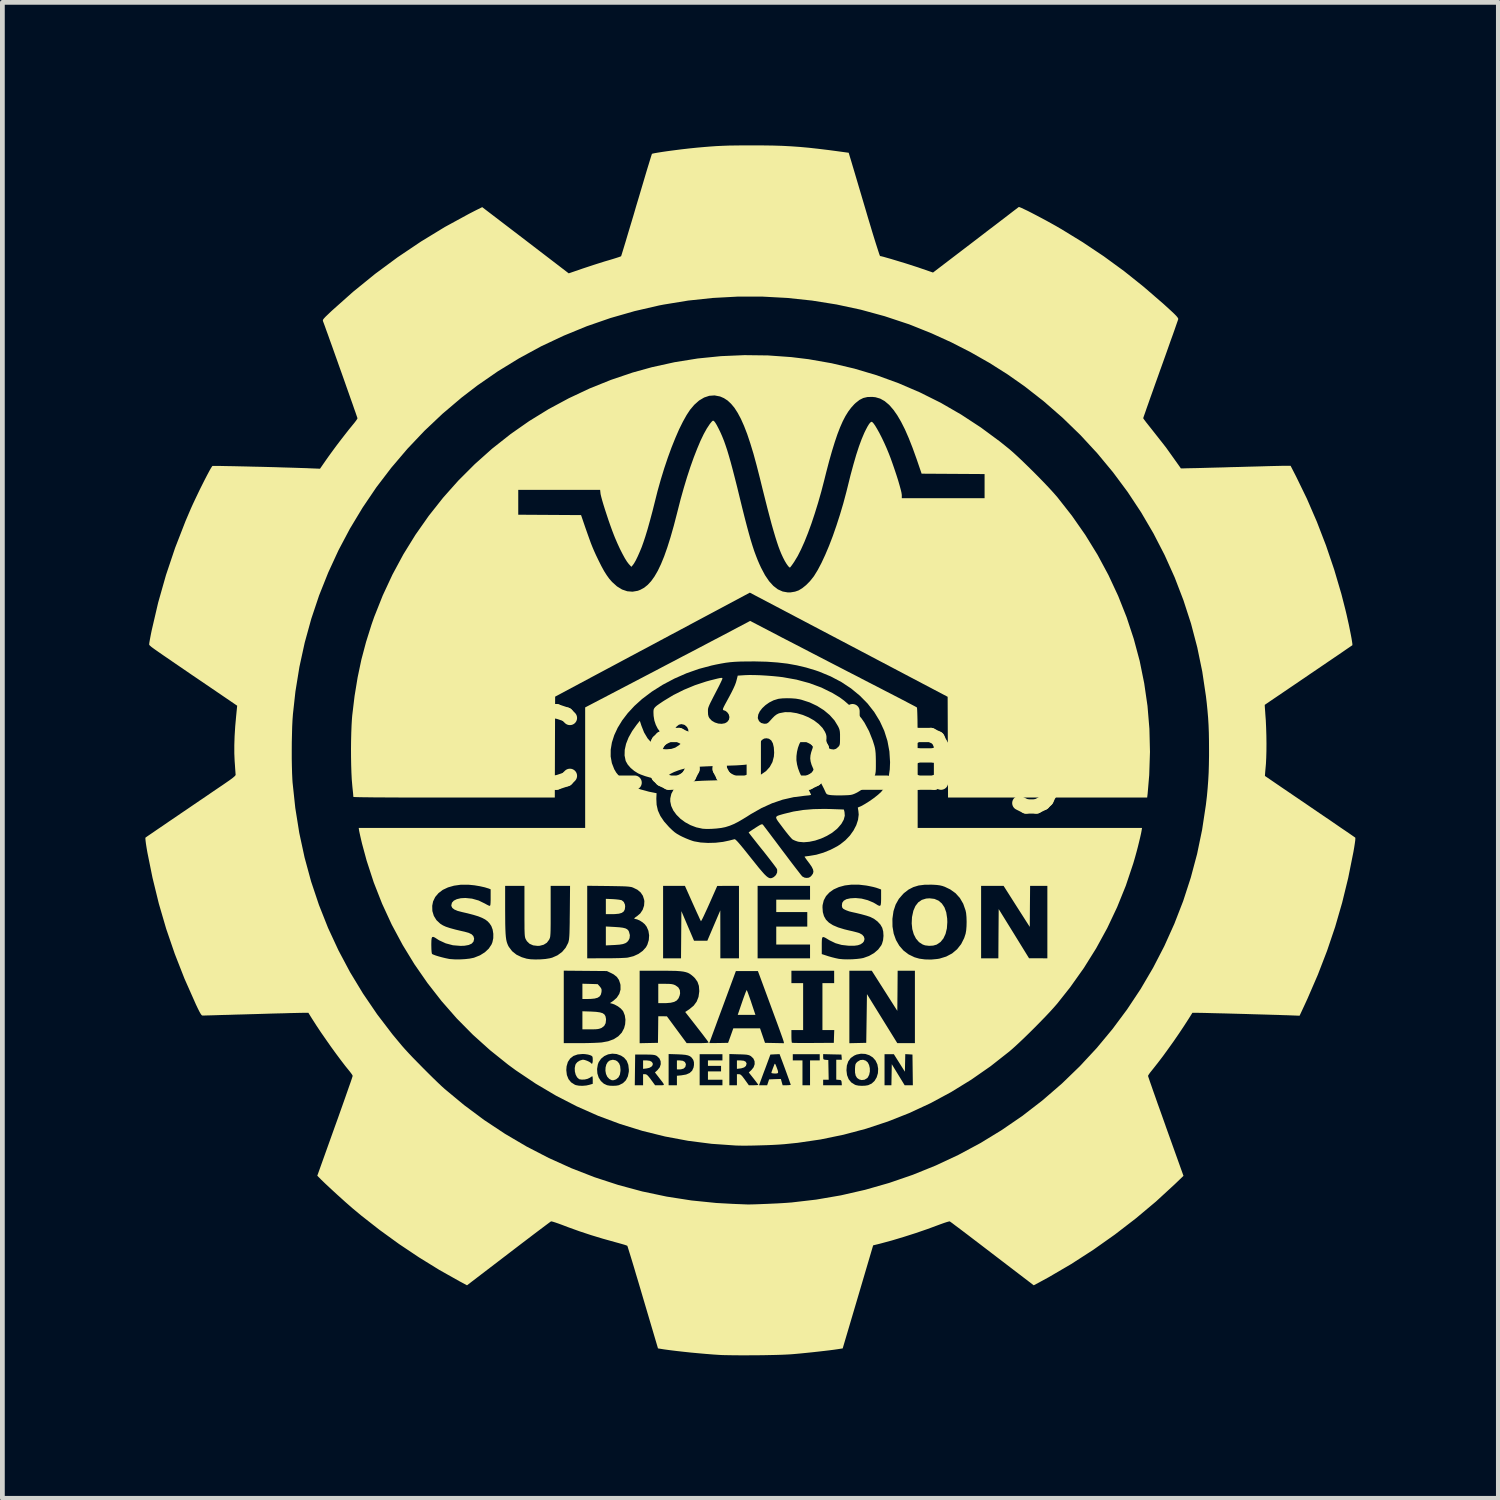
<source format=kicad_pcb>
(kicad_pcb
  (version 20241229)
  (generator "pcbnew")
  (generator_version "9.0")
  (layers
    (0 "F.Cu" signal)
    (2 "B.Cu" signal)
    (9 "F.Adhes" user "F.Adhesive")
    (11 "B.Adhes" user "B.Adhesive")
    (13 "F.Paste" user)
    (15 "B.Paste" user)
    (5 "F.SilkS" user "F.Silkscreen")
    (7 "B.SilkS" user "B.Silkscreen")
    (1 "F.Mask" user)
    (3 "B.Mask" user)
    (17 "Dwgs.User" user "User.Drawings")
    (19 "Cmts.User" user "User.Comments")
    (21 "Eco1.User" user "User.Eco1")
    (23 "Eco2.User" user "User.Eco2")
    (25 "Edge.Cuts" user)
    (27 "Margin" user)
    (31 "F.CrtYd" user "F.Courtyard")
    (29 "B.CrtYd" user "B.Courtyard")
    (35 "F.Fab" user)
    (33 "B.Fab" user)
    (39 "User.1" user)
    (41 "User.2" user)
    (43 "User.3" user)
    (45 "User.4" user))
  (footprint "SBCLogoLarge"
    (layer "F.Cu")
    (at 12.693 12.692)
    (property "Reference" "SBCLogoLarge" (at 0 0 0) (layer "F.SilkS") (effects (font (size 1.5 1.5) (thickness 0.3))))
    (attr board_only exclude_from_pos_files exclude_from_bom)
    (fp_poly (pts (xy -2.11 6.514) (xy -2.068 6.537) (xy -2.048 6.568) (xy -2.049 6.602) (xy -2.073 6.635) (xy -2.118 6.661) (xy -2.175 6.674) (xy -2.251 6.683) (xy -2.251 6.594) (xy -2.251 6.506) (xy -2.173 6.506)) (stroke (width 0) (type solid)) (fill yes) (layer "F.SilkS"))
    (fp_poly (pts (xy -1.416 6.514) (xy -1.374 6.539) (xy -1.354 6.58) (xy -1.353 6.593) (xy -1.365 6.643) (xy -1.4 6.677) (xy -1.456 6.693) (xy -1.476 6.694) (xy -1.541 6.694) (xy -1.541 6.6) (xy -1.541 6.506) (xy -1.479 6.506)) (stroke (width 0) (type solid)) (fill yes) (layer "F.SilkS"))
    (fp_poly (pts (xy -0.138 6.513) (xy -0.097 6.534) (xy -0.08 6.569) (xy -0.08 6.577) (xy -0.093 6.621) (xy -0.131 6.653) (xy -0.191 6.672) (xy -0.206 6.674) (xy -0.282 6.683) (xy -0.282 6.594) (xy -0.282 6.506) (xy -0.204 6.506)) (stroke (width 0) (type solid)) (fill yes) (layer "F.SilkS"))
    (fp_poly (pts (xy -3.364 4.901) (xy -3.203 4.906) (xy -3.159 4.955) (xy -3.132 4.991) (xy -3.121 5.023) (xy -3.123 5.066) (xy -3.123 5.069) (xy -3.136 5.123) (xy -3.162 5.163) (xy -3.205 5.191) (xy -3.268 5.208) (xy -3.354 5.216) (xy -3.412 5.217) (xy -3.524 5.217) (xy -3.524 5.057) (xy -3.524 4.897)) (stroke (width 0) (type solid)) (fill yes) (layer "F.SilkS"))
    (fp_poly (pts (xy -0.07 5.043) (xy -0.055 5.079) (xy -0.035 5.134) (xy -0.01 5.204) (xy 0.018 5.285) (xy 0.019 5.29) (xy 0.106 5.55) (xy -0.079 5.55) (xy -0.265 5.55) (xy -0.176 5.29) (xy -0.148 5.209) (xy -0.122 5.138) (xy -0.101 5.082) (xy -0.085 5.044) (xy -0.077 5.03) (xy -0.077 5.029)) (stroke (width 0) (type solid)) (fill yes) (layer "F.SilkS"))
    (fp_poly (pts (xy -2.884 3.122) (xy -2.817 3.127) (xy -2.757 3.134) (xy -2.713 3.142) (xy -2.697 3.147) (xy -2.655 3.183) (xy -2.631 3.237) (xy -2.627 3.278) (xy -2.634 3.336) (xy -2.656 3.38) (xy -2.697 3.41) (xy -2.759 3.428) (xy -2.844 3.436) (xy -2.893 3.437) (xy -3.032 3.437) (xy -3.032 3.276) (xy -3.032 3.116)) (stroke (width 0) (type solid)) (fill yes) (layer "F.SilkS"))
    (fp_poly (pts (xy -2.848 3.706) (xy -2.749 3.713) (xy -2.676 3.722) (xy -2.623 3.735) (xy -2.587 3.753) (xy -2.562 3.777) (xy -2.547 3.805) (xy -2.528 3.877) (xy -2.534 3.941) (xy -2.555 3.985) (xy -2.583 4.02) (xy -2.621 4.046) (xy -2.674 4.065) (xy -2.746 4.077) (xy -2.841 4.084) (xy -2.862 4.085) (xy -3.032 4.093) (xy -3.032 3.894) (xy -3.032 3.696)) (stroke (width 0) (type solid)) (fill yes) (layer "F.SilkS"))
    (fp_poly (pts (xy -1.71 4.9) (xy -1.658 4.904) (xy -1.618 4.912) (xy -1.583 4.925) (xy -1.57 4.932) (xy -1.512 4.974) (xy -1.48 5.03) (xy -1.474 5.098) (xy -1.483 5.143) (xy -1.507 5.203) (xy -1.544 5.248) (xy -1.598 5.278) (xy -1.672 5.296) (xy -1.769 5.304) (xy -1.805 5.304) (xy -1.932 5.304) (xy -1.932 5.102) (xy -1.932 4.899) (xy -1.783 4.899)) (stroke (width 0) (type solid)) (fill yes) (layer "F.SilkS"))
    (fp_poly (pts (xy 0.523 6.583) (xy 0.537 6.614) (xy 0.551 6.65) (xy 0.573 6.71) (xy 0.582 6.748) (xy 0.579 6.769) (xy 0.562 6.778) (xy 0.528 6.781) (xy 0.514 6.781) (xy 0.473 6.778) (xy 0.446 6.772) (xy 0.441 6.767) (xy 0.446 6.746) (xy 0.459 6.709) (xy 0.468 6.683) (xy 0.486 6.637) (xy 0.501 6.598) (xy 0.506 6.585) (xy 0.513 6.575)) (stroke (width 0) (type solid)) (fill yes) (layer "F.SilkS"))
    (fp_poly (pts (xy -3.34 5.481) (xy -3.236 5.487) (xy -3.157 5.498) (xy -3.1 5.515) (xy -3.062 5.542) (xy -3.04 5.579) (xy -3.03 5.628) (xy -3.028 5.649) (xy -3.036 5.724) (xy -3.066 5.781) (xy -3.12 5.823) (xy -3.125 5.825) (xy -3.158 5.838) (xy -3.194 5.847) (xy -3.241 5.852) (xy -3.305 5.854) (xy -3.355 5.854) (xy -3.524 5.854) (xy -3.524 5.664) (xy -3.524 5.475)) (stroke (width 0) (type solid)) (fill yes) (layer "F.SilkS"))
    (fp_poly (pts (xy -2.824 6.505) (xy -2.788 6.528) (xy -2.753 6.569) (xy -2.732 6.624) (xy -2.725 6.698) (xy -2.725 6.725) (xy -2.737 6.804) (xy -2.768 6.863) (xy -2.816 6.902) (xy -2.823 6.905) (xy -2.869 6.921) (xy -2.904 6.922) (xy -2.939 6.906) (xy -2.961 6.893) (xy -3.002 6.849) (xy -3.029 6.79) (xy -3.041 6.723) (xy -3.038 6.653) (xy -3.021 6.589) (xy -2.99 6.538) (xy -2.949 6.507) (xy -2.885 6.492)) (stroke (width 0) (type solid)) (fill yes) (layer "F.SilkS"))
    (fp_poly (pts (xy 2.422 6.512) (xy 2.463 6.548) (xy 2.491 6.603) (xy 2.506 6.669) (xy 2.507 6.739) (xy 2.493 6.806) (xy 2.465 6.862) (xy 2.449 6.879) (xy 2.395 6.911) (xy 2.333 6.918) (xy 2.284 6.905) (xy 2.239 6.874) (xy 2.21 6.827) (xy 2.196 6.761) (xy 2.195 6.683) (xy 2.199 6.626) (xy 2.205 6.589) (xy 2.218 6.564) (xy 2.239 6.541) (xy 2.248 6.533) (xy 2.304 6.499) (xy 2.365 6.493)) (stroke (width 0) (type solid)) (fill yes) (layer "F.SilkS"))
    (fp_poly (pts (xy 3.861 3.117) (xy 3.948 3.154) (xy 4.018 3.214) (xy 4.073 3.297) (xy 4.11 3.401) (xy 4.129 3.526) (xy 4.132 3.604) (xy 4.123 3.736) (xy 4.095 3.851) (xy 4.05 3.947) (xy 3.989 4.022) (xy 3.912 4.074) (xy 3.909 4.076) (xy 3.835 4.097) (xy 3.75 4.102) (xy 3.666 4.092) (xy 3.615 4.074) (xy 3.538 4.024) (xy 3.475 3.951) (xy 3.428 3.859) (xy 3.397 3.751) (xy 3.385 3.631) (xy 3.391 3.501) (xy 3.393 3.49) (xy 3.42 3.365) (xy 3.463 3.266) (xy 3.522 3.19) (xy 3.597 3.138) (xy 3.688 3.11) (xy 3.759 3.105)) (stroke (width 0) (type solid)) (fill yes) (layer "F.SilkS"))
    (fp_poly (pts (xy 1.683 1.232) (xy 1.961 1.242) (xy 1.975 1.294) (xy 1.981 1.372) (xy 1.959 1.455) (xy 1.91 1.542) (xy 1.834 1.631) (xy 1.81 1.654) (xy 1.715 1.73) (xy 1.604 1.796) (xy 1.484 1.851) (xy 1.36 1.893) (xy 1.237 1.919) (xy 1.121 1.929) (xy 1.018 1.92) (xy 0.989 1.913) (xy 0.94 1.896) (xy 0.896 1.876) (xy 0.884 1.869) (xy 0.864 1.85) (xy 0.83 1.812) (xy 0.785 1.758) (xy 0.734 1.694) (xy 0.681 1.624) (xy 0.621 1.544) (xy 0.577 1.485) (xy 0.55 1.442) (xy 0.54 1.411) (xy 0.548 1.39) (xy 0.573 1.373) (xy 0.617 1.358) (xy 0.679 1.34) (xy 0.708 1.332) (xy 0.901 1.285) (xy 1.104 1.252) (xy 1.321 1.234) (xy 1.556 1.229)) (stroke (width 0) (type solid)) (fill yes) (layer "F.SilkS"))
    (fp_poly (pts (xy 0.368 -8.285) (xy 0.858 -8.25) (xy 1.22 -8.206) (xy 1.704 -8.121) (xy 2.18 -8.009) (xy 2.648 -7.87) (xy 3.107 -7.703) (xy 3.556 -7.51) (xy 3.995 -7.291) (xy 4.421 -7.045) (xy 4.835 -6.774) (xy 5.236 -6.478) (xy 5.435 -6.318) (xy 5.513 -6.25) (xy 5.606 -6.165) (xy 5.711 -6.066) (xy 5.823 -5.957) (xy 5.939 -5.843) (xy 6.054 -5.727) (xy 6.164 -5.614) (xy 6.265 -5.507) (xy 6.354 -5.41) (xy 6.426 -5.328) (xy 6.439 -5.313) (xy 6.746 -4.922) (xy 7.028 -4.518) (xy 7.284 -4.102) (xy 7.513 -3.676) (xy 7.717 -3.238) (xy 7.894 -2.792) (xy 8.044 -2.337) (xy 8.168 -1.875) (xy 8.263 -1.406) (xy 8.332 -0.931) (xy 8.372 -0.451) (xy 8.384 0.033) (xy 8.368 0.52) (xy 8.335 0.908) (xy 8.325 0.991) (xy 6.236 0.991) (xy 4.147 0.991) (xy 4.143 -0.066) (xy 4.139 -1.123) (xy 2.064 -2.216) (xy -0.011 -3.308) (xy -1.264 -2.639) (xy -1.464 -2.532) (xy -1.671 -2.422) (xy -1.884 -2.308) (xy -2.098 -2.193) (xy -2.311 -2.08) (xy -2.517 -1.97) (xy -2.715 -1.864) (xy -2.9 -1.765) (xy -3.069 -1.675) (xy -3.219 -1.595) (xy -3.307 -1.548) (xy -4.096 -1.126) (xy -4.1 -0.067) (xy -4.103 0.991) (xy -6.216 0.991) (xy -6.538 0.991) (xy -6.835 0.991) (xy -7.106 0.991) (xy -7.35 0.99) (xy -7.568 0.989) (xy -7.759 0.988) (xy -7.923 0.987) (xy -8.06 0.985) (xy -8.169 0.984) (xy -8.25 0.982) (xy -8.303 0.98) (xy -8.327 0.978) (xy -8.329 0.977) (xy -8.331 0.959) (xy -8.334 0.916) (xy -8.34 0.856) (xy -8.348 0.782) (xy -8.353 0.727) (xy -8.363 0.61) (xy -8.37 0.469) (xy -8.375 0.311) (xy -8.378 0.142) (xy -8.379 -0.032) (xy -8.377 -0.205) (xy -8.373 -0.371) (xy -8.367 -0.525) (xy -8.359 -0.66) (xy -8.353 -0.731) (xy -8.304 -1.139) (xy -8.24 -1.529) (xy -8.161 -1.904) (xy -8.063 -2.273) (xy -7.947 -2.642) (xy -7.892 -2.799) (xy -7.713 -3.249) (xy -7.509 -3.687) (xy -7.28 -4.112) (xy -7.026 -4.523) (xy -6.748 -4.919) (xy -6.448 -5.298) (xy -6.301 -5.464) (xy -4.87 -5.464) (xy -4.87 -5.203) (xy -4.87 -4.943) (xy -4.211 -4.939) (xy -3.552 -4.935) (xy -3.468 -4.689) (xy -3.421 -4.555) (xy -3.381 -4.443) (xy -3.346 -4.346) (xy -3.312 -4.261) (xy -3.277 -4.179) (xy -3.24 -4.097) (xy -3.197 -4.008) (xy -3.191 -3.995) (xy -3.127 -3.867) (xy -3.069 -3.761) (xy -3.014 -3.674) (xy -2.96 -3.599) (xy -2.902 -3.533) (xy -2.899 -3.53) (xy -2.798 -3.439) (xy -2.692 -3.374) (xy -2.583 -3.337) (xy -2.472 -3.328) (xy -2.362 -3.347) (xy -2.31 -3.367) (xy -2.23 -3.41) (xy -2.154 -3.471) (xy -2.081 -3.55) (xy -2.011 -3.648) (xy -1.942 -3.767) (xy -1.875 -3.907) (xy -1.808 -4.071) (xy -1.742 -4.258) (xy -1.675 -4.471) (xy -1.607 -4.71) (xy -1.538 -4.976) (xy -1.525 -5.027) (xy -1.463 -5.27) (xy -1.397 -5.505) (xy -1.329 -5.731) (xy -1.259 -5.945) (xy -1.188 -6.144) (xy -1.117 -6.326) (xy -1.048 -6.49) (xy -0.98 -6.632) (xy -0.914 -6.751) (xy -0.853 -6.843) (xy -0.844 -6.855) (xy -0.812 -6.894) (xy -0.792 -6.913) (xy -0.778 -6.916) (xy -0.762 -6.906) (xy -0.759 -6.903) (xy -0.736 -6.874) (xy -0.705 -6.823) (xy -0.67 -6.756) (xy -0.632 -6.679) (xy -0.595 -6.596) (xy -0.562 -6.514) (xy -0.552 -6.489) (xy -0.52 -6.398) (xy -0.486 -6.296) (xy -0.451 -6.179) (xy -0.413 -6.046) (xy -0.372 -5.893) (xy -0.327 -5.719) (xy -0.277 -5.522) (xy -0.225 -5.308) (xy -0.17 -5.083) (xy -0.12 -4.884) (xy -0.074 -4.707) (xy -0.032 -4.552) (xy 0.007 -4.414) (xy 0.045 -4.291) (xy 0.081 -4.181) (xy 0.118 -4.081) (xy 0.154 -3.989) (xy 0.192 -3.901) (xy 0.225 -3.83) (xy 0.307 -3.675) (xy 0.393 -3.548) (xy 0.483 -3.449) (xy 0.577 -3.377) (xy 0.677 -3.332) (xy 0.783 -3.313) (xy 0.841 -3.313) (xy 0.937 -3.329) (xy 1.012 -3.355) (xy 1.088 -3.401) (xy 1.17 -3.467) (xy 1.25 -3.548) (xy 1.323 -3.639) (xy 1.339 -3.662) (xy 1.414 -3.784) (xy 1.492 -3.932) (xy 1.571 -4.102) (xy 1.651 -4.291) (xy 1.73 -4.497) (xy 1.806 -4.716) (xy 1.88 -4.945) (xy 1.95 -5.181) (xy 2.014 -5.421) (xy 2.039 -5.521) (xy 2.102 -5.775) (xy 2.163 -6) (xy 2.221 -6.2) (xy 2.278 -6.375) (xy 2.334 -6.527) (xy 2.389 -6.657) (xy 2.411 -6.703) (xy 2.455 -6.788) (xy 2.491 -6.847) (xy 2.52 -6.881) (xy 2.543 -6.893) (xy 2.554 -6.89) (xy 2.581 -6.863) (xy 2.617 -6.813) (xy 2.659 -6.743) (xy 2.707 -6.657) (xy 2.757 -6.559) (xy 2.808 -6.452) (xy 2.858 -6.34) (xy 2.905 -6.226) (xy 2.943 -6.128) (xy 2.985 -6.01) (xy 3.026 -5.891) (xy 3.065 -5.774) (xy 3.1 -5.664) (xy 3.129 -5.564) (xy 3.153 -5.477) (xy 3.169 -5.41) (xy 3.176 -5.364) (xy 3.177 -5.355) (xy 3.177 -5.29) (xy 4.045 -5.29) (xy 4.914 -5.29) (xy 4.914 -5.543) (xy 4.914 -5.796) (xy 4.253 -5.8) (xy 3.593 -5.804) (xy 3.489 -6.108) (xy 3.404 -6.344) (xy 3.322 -6.552) (xy 3.242 -6.735) (xy 3.162 -6.893) (xy 3.083 -7.028) (xy 3.004 -7.141) (xy 2.923 -7.235) (xy 2.91 -7.249) (xy 2.817 -7.327) (xy 2.724 -7.379) (xy 2.624 -7.408) (xy 2.554 -7.415) (xy 2.455 -7.412) (xy 2.369 -7.392) (xy 2.29 -7.352) (xy 2.21 -7.289) (xy 2.179 -7.26) (xy 2.115 -7.189) (xy 2.054 -7.108) (xy 1.995 -7.013) (xy 1.938 -6.903) (xy 1.882 -6.776) (xy 1.826 -6.631) (xy 1.77 -6.465) (xy 1.712 -6.277) (xy 1.652 -6.065) (xy 1.59 -5.828) (xy 1.551 -5.672) (xy 1.488 -5.429) (xy 1.421 -5.194) (xy 1.351 -4.968) (xy 1.28 -4.754) (xy 1.207 -4.555) (xy 1.135 -4.375) (xy 1.063 -4.215) (xy 0.994 -4.078) (xy 0.927 -3.967) (xy 0.927 -3.966) (xy 0.892 -3.914) (xy 0.861 -3.871) (xy 0.839 -3.843) (xy 0.832 -3.835) (xy 0.815 -3.841) (xy 0.79 -3.869) (xy 0.757 -3.915) (xy 0.721 -3.975) (xy 0.685 -4.045) (xy 0.679 -4.058) (xy 0.649 -4.123) (xy 0.619 -4.196) (xy 0.588 -4.279) (xy 0.557 -4.372) (xy 0.523 -4.479) (xy 0.487 -4.601) (xy 0.447 -4.74) (xy 0.405 -4.898) (xy 0.358 -5.077) (xy 0.307 -5.279) (xy 0.25 -5.506) (xy 0.202 -5.702) (xy 0.132 -5.976) (xy 0.065 -6.223) (xy -0.002 -6.442) (xy -0.067 -6.637) (xy -0.133 -6.807) (xy -0.199 -6.955) (xy -0.266 -7.08) (xy -0.334 -7.186) (xy -0.405 -7.271) (xy -0.478 -7.339) (xy -0.555 -7.389) (xy -0.636 -7.424) (xy -0.641 -7.425) (xy -0.751 -7.446) (xy -0.862 -7.438) (xy -0.97 -7.402) (xy -1.076 -7.339) (xy -1.177 -7.249) (xy -1.264 -7.146) (xy -1.338 -7.034) (xy -1.415 -6.896) (xy -1.495 -6.735) (xy -1.574 -6.553) (xy -1.654 -6.354) (xy -1.732 -6.14) (xy -1.808 -5.914) (xy -1.88 -5.679) (xy -1.948 -5.437) (xy -1.996 -5.246) (xy -2.053 -5.019) (xy -2.107 -4.817) (xy -2.157 -4.638) (xy -2.206 -4.478) (xy -2.243 -4.367) (xy -2.28 -4.263) (xy -2.322 -4.162) (xy -2.364 -4.067) (xy -2.404 -3.985) (xy -2.441 -3.921) (xy -2.466 -3.886) (xy -2.497 -3.85) (xy -2.552 -3.91) (xy -2.589 -3.959) (xy -2.634 -4.031) (xy -2.683 -4.121) (xy -2.736 -4.225) (xy -2.788 -4.338) (xy -2.839 -4.456) (xy -2.863 -4.516) (xy -2.899 -4.61) (xy -2.937 -4.715) (xy -2.976 -4.826) (xy -3.013 -4.938) (xy -3.049 -5.048) (xy -3.081 -5.15) (xy -3.108 -5.241) (xy -3.128 -5.315) (xy -3.141 -5.369) (xy -3.144 -5.388) (xy -3.152 -5.464) (xy -4.011 -5.464) (xy -4.87 -5.464) (xy -6.301 -5.464) (xy -6.126 -5.66) (xy -5.782 -6.004) (xy -5.419 -6.328) (xy -5.035 -6.631) (xy -5.029 -6.636) (xy -4.64 -6.908) (xy -4.232 -7.159) (xy -3.808 -7.387) (xy -3.372 -7.592) (xy -2.925 -7.772) (xy -2.47 -7.926) (xy -2.066 -8.038) (xy -1.589 -8.143) (xy -1.104 -8.221) (xy -0.616 -8.27) (xy -0.124 -8.291)) (stroke (width 0) (type solid)) (fill yes) (layer "F.SilkS"))
    (fp_poly (pts (xy 0.088 -1.579) (xy 0.211 -1.575) (xy 0.342 -1.567) (xy 0.472 -1.557) (xy 0.594 -1.545) (xy 0.677 -1.535) (xy 0.968 -1.483) (xy 1.238 -1.41) (xy 1.49 -1.317) (xy 1.723 -1.202) (xy 1.874 -1.111) (xy 1.965 -1.044) (xy 2.062 -0.96) (xy 2.161 -0.864) (xy 2.253 -0.765) (xy 2.334 -0.667) (xy 2.394 -0.58) (xy 2.49 -0.401) (xy 2.568 -0.205) (xy 2.601 -0.099) (xy 2.614 -0.048) (xy 2.622 0.003) (xy 2.628 0.061) (xy 2.631 0.132) (xy 2.633 0.223) (xy 2.633 0.246) (xy 2.633 0.335) (xy 2.632 0.401) (xy 2.629 0.449) (xy 2.623 0.487) (xy 2.615 0.52) (xy 2.602 0.553) (xy 2.598 0.564) (xy 2.578 0.607) (xy 2.555 0.642) (xy 2.524 0.677) (xy 2.479 0.717) (xy 2.439 0.75) (xy 2.376 0.797) (xy 2.309 0.843) (xy 2.249 0.88) (xy 2.222 0.894) (xy 2.181 0.913) (xy 2.146 0.926) (xy 2.109 0.935) (xy 2.063 0.94) (xy 2.002 0.943) (xy 1.939 0.945) (xy 1.86 0.946) (xy 1.784 0.945) (xy 1.719 0.942) (xy 1.674 0.938) (xy 1.631 0.93) (xy 1.604 0.919) (xy 1.586 0.897) (xy 1.568 0.858) (xy 1.563 0.847) (xy 1.543 0.804) (xy 1.512 0.743) (xy 1.475 0.673) (xy 1.434 0.601) (xy 1.43 0.593) (xy 1.366 0.479) (xy 1.318 0.384) (xy 1.284 0.304) (xy 1.264 0.234) (xy 1.256 0.17) (xy 1.261 0.107) (xy 1.276 0.041) (xy 1.301 -0.033) (xy 1.303 -0.037) (xy 1.32 -0.106) (xy 1.312 -0.163) (xy 1.278 -0.214) (xy 1.274 -0.218) (xy 1.228 -0.245) (xy 1.172 -0.253) (xy 1.116 -0.242) (xy 1.094 -0.23) (xy 1.058 -0.191) (xy 1.026 -0.129) (xy 0.998 -0.052) (xy 0.978 0.033) (xy 0.967 0.121) (xy 0.966 0.205) (xy 0.967 0.215) (xy 0.979 0.295) (xy 1 0.377) (xy 1.033 0.465) (xy 1.08 0.566) (xy 1.142 0.683) (xy 1.159 0.713) (xy 1.198 0.783) (xy 1.232 0.845) (xy 1.256 0.894) (xy 1.271 0.925) (xy 1.273 0.934) (xy 1.257 0.94) (xy 1.219 0.946) (xy 1.166 0.951) (xy 1.144 0.953) (xy 0.907 0.983) (xy 0.678 1.035) (xy 0.455 1.111) (xy 0.233 1.212) (xy 0.009 1.339) (xy -0.036 1.368) (xy -0.157 1.443) (xy -0.26 1.503) (xy -0.35 1.548) (xy -0.432 1.582) (xy -0.511 1.607) (xy -0.528 1.612) (xy -0.613 1.629) (xy -0.714 1.641) (xy -0.818 1.648) (xy -0.917 1.65) (xy -0.999 1.645) (xy -1.006 1.644) (xy -1.135 1.616) (xy -1.256 1.57) (xy -1.368 1.509) (xy -1.467 1.436) (xy -1.551 1.352) (xy -1.617 1.262) (xy -1.661 1.167) (xy -1.681 1.071) (xy -1.68 1.008) (xy -1.658 0.912) (xy -1.615 0.832) (xy -1.551 0.767) (xy -1.462 0.715) (xy -1.348 0.675) (xy -1.317 0.667) (xy -1.28 0.659) (xy -1.232 0.653) (xy -1.171 0.648) (xy -1.092 0.643) (xy -0.994 0.638) (xy -0.874 0.634) (xy -0.727 0.63) (xy -0.709 0.629) (xy -0.548 0.625) (xy -0.412 0.62) (xy -0.299 0.615) (xy -0.204 0.609) (xy -0.125 0.602) (xy -0.058 0.593) (xy 0.000006 0.583) (xy 0.053 0.571) (xy 0.104 0.557) (xy 0.109 0.555) (xy 0.229 0.505) (xy 0.329 0.436) (xy 0.407 0.349) (xy 0.463 0.247) (xy 0.493 0.132) (xy 0.499 0.049) (xy 0.492 -0.062) (xy 0.472 -0.147) (xy 0.438 -0.208) (xy 0.39 -0.243) (xy 0.337 -0.253) (xy 0.288 -0.246) (xy 0.248 -0.221) (xy 0.238 -0.211) (xy 0.219 -0.191) (xy 0.207 -0.172) (xy 0.2 -0.148) (xy 0.198 -0.113) (xy 0.198 -0.058) (xy 0.199 -0.017) (xy 0.199 0.067) (xy 0.192 0.128) (xy 0.177 0.172) (xy 0.15 0.206) (xy 0.11 0.236) (xy 0.1 0.242) (xy 0.067 0.259) (xy 0.031 0.274) (xy -0.011 0.286) (xy -0.061 0.296) (xy -0.124 0.304) (xy -0.202 0.31) (xy -0.298 0.316) (xy -0.416 0.32) (xy -0.558 0.325) (xy -0.617 0.326) (xy -0.787 0.331) (xy -0.931 0.337) (xy -1.053 0.343) (xy -1.157 0.351) (xy -1.247 0.361) (xy -1.324 0.373) (xy -1.394 0.387) (xy -1.46 0.405) (xy -1.511 0.421) (xy -1.602 0.456) (xy -1.676 0.493) (xy -1.741 0.539) (xy -1.777 0.57) (xy -1.809 0.597) (xy -1.835 0.611) (xy -1.867 0.614) (xy -1.915 0.609) (xy -1.916 0.609) (xy -2.005 0.595) (xy -2.105 0.571) (xy -2.206 0.542) (xy -2.297 0.509) (xy -2.354 0.484) (xy -2.437 0.432) (xy -2.512 0.369) (xy -2.573 0.299) (xy -2.612 0.23) (xy -2.617 0.218) (xy -2.639 0.109) (xy -2.636 -0.009) (xy -2.608 -0.136) (xy -2.556 -0.268) (xy -2.48 -0.404) (xy -2.387 -0.534) (xy -2.319 -0.619) (xy -2.287 -0.519) (xy -2.23 -0.375) (xy -2.157 -0.252) (xy -2.07 -0.154) (xy -1.969 -0.08) (xy -1.944 -0.066) (xy -1.887 -0.04) (xy -1.837 -0.027) (xy -1.78 -0.022) (xy -1.753 -0.022) (xy -1.658 -0.03) (xy -1.577 -0.056) (xy -1.502 -0.104) (xy -1.468 -0.132) (xy -1.419 -0.183) (xy -1.372 -0.244) (xy -1.333 -0.306) (xy -1.307 -0.361) (xy -1.301 -0.381) (xy -1.303 -0.436) (xy -1.329 -0.488) (xy -1.373 -0.528) (xy -1.391 -0.537) (xy -1.448 -0.55) (xy -1.5 -0.537) (xy -1.55 -0.497) (xy -1.6 -0.43) (xy -1.606 -0.419) (xy -1.635 -0.377) (xy -1.667 -0.343) (xy -1.678 -0.335) (xy -1.733 -0.314) (xy -1.79 -0.318) (xy -1.845 -0.345) (xy -1.898 -0.392) (xy -1.945 -0.457) (xy -1.984 -0.535) (xy -2.014 -0.624) (xy -2.03 -0.722) (xy -2.033 -0.785) (xy -2.033 -0.824) (xy -2.029 -0.855) (xy -2.017 -0.882) (xy -1.996 -0.908) (xy -1.962 -0.938) (xy -1.91 -0.975) (xy -1.839 -1.023) (xy -1.816 -1.038) (xy -1.615 -1.16) (xy -1.394 -1.27) (xy -1.163 -1.366) (xy -0.93 -1.443) (xy -0.847 -1.466) (xy -0.755 -1.489) (xy -0.687 -1.506) (xy -0.64 -1.516) (xy -0.61 -1.52) (xy -0.594 -1.519) (xy -0.587 -1.513) (xy -0.586 -1.507) (xy -0.592 -1.488) (xy -0.61 -1.448) (xy -0.635 -1.396) (xy -0.66 -1.345) (xy -0.721 -1.227) (xy -0.771 -1.131) (xy -0.809 -1.056) (xy -0.839 -0.997) (xy -0.86 -0.952) (xy -0.874 -0.918) (xy -0.883 -0.892) (xy -0.888 -0.871) (xy -0.89 -0.852) (xy -0.89 -0.832) (xy -0.89 -0.81) (xy -0.887 -0.748) (xy -0.875 -0.703) (xy -0.857 -0.672) (xy -0.809 -0.621) (xy -0.745 -0.584) (xy -0.673 -0.561) (xy -0.6 -0.556) (xy -0.533 -0.568) (xy -0.486 -0.595) (xy -0.45 -0.642) (xy -0.442 -0.684) (xy 0.156 -0.684) (xy 0.158 -0.667) (xy 0.182 -0.612) (xy 0.226 -0.574) (xy 0.287 -0.558) (xy 0.301 -0.557) (xy 0.341 -0.561) (xy 0.372 -0.578) (xy 0.404 -0.61) (xy 0.462 -0.674) (xy 0.508 -0.72) (xy 0.549 -0.751) (xy 0.59 -0.772) (xy 0.618 -0.781) (xy 0.728 -0.801) (xy 0.848 -0.799) (xy 0.974 -0.779) (xy 1.101 -0.742) (xy 1.223 -0.691) (xy 1.336 -0.627) (xy 1.434 -0.552) (xy 1.514 -0.469) (xy 1.564 -0.39) (xy 1.586 -0.34) (xy 1.596 -0.298) (xy 1.597 -0.252) (xy 1.594 -0.22) (xy 1.594 -0.139) (xy 1.615 -0.078) (xy 1.655 -0.039) (xy 1.689 -0.025) (xy 1.749 -0.017) (xy 1.798 -0.032) (xy 1.84 -0.068) (xy 1.859 -0.088) (xy 1.87 -0.108) (xy 1.877 -0.133) (xy 1.88 -0.172) (xy 1.881 -0.229) (xy 1.881 -0.265) (xy 1.881 -0.337) (xy 1.878 -0.388) (xy 1.871 -0.428) (xy 1.859 -0.464) (xy 1.84 -0.504) (xy 1.765 -0.627) (xy 1.664 -0.74) (xy 1.542 -0.842) (xy 1.401 -0.931) (xy 1.244 -1.005) (xy 1.075 -1.06) (xy 1.03 -1.071) (xy 0.954 -1.084) (xy 0.863 -1.091) (xy 0.767 -1.093) (xy 0.675 -1.09) (xy 0.599 -1.082) (xy 0.58 -1.078) (xy 0.486 -1.049) (xy 0.397 -1.004) (xy 0.317 -0.948) (xy 0.249 -0.884) (xy 0.197 -0.817) (xy 0.165 -0.749) (xy 0.156 -0.684) (xy -0.442 -0.684) (xy -0.439 -0.697) (xy -0.453 -0.753) (xy -0.48 -0.792) (xy -0.509 -0.818) (xy -0.531 -0.832) (xy -0.535 -0.832) (xy -0.56 -0.84) (xy -0.57 -0.845) (xy -0.576 -0.856) (xy -0.573 -0.876) (xy -0.558 -0.911) (xy -0.531 -0.964) (xy -0.503 -1.015) (xy -0.44 -1.131) (xy -0.39 -1.226) (xy -0.352 -1.304) (xy -0.323 -1.369) (xy -0.302 -1.426) (xy -0.289 -1.473) (xy -0.265 -1.567) (xy -0.111 -1.577) (xy -0.022 -1.58)) (stroke (width 0) (type solid)) (fill yes) (layer "F.SilkS"))
    (fp_poly (pts (xy 0.269 -12.691) (xy 0.48 -12.688) (xy 0.675 -12.682) (xy 0.86 -12.672) (xy 1.043 -12.659) (xy 1.229 -12.642) (xy 1.426 -12.62) (xy 1.64 -12.594) (xy 1.784 -12.575) (xy 2.063 -12.537) (xy 2.096 -12.426) (xy 2.106 -12.394) (xy 2.123 -12.337) (xy 2.147 -12.256) (xy 2.177 -12.156) (xy 2.212 -12.038) (xy 2.251 -11.906) (xy 2.294 -11.761) (xy 2.34 -11.606) (xy 2.388 -11.444) (xy 2.418 -11.343) (xy 2.466 -11.179) (xy 2.513 -11.024) (xy 2.556 -10.88) (xy 2.596 -10.75) (xy 2.632 -10.635) (xy 2.663 -10.538) (xy 2.688 -10.461) (xy 2.706 -10.406) (xy 2.718 -10.376) (xy 2.722 -10.37) (xy 2.745 -10.366) (xy 2.793 -10.354) (xy 2.859 -10.335) (xy 2.941 -10.312) (xy 3.034 -10.284) (xy 3.133 -10.254) (xy 3.236 -10.223) (xy 3.337 -10.191) (xy 3.432 -10.16) (xy 3.519 -10.132) (xy 3.559 -10.118) (xy 3.832 -10.024) (xy 4.724 -10.705) (xy 4.865 -10.813) (xy 5 -10.917) (xy 5.127 -11.013) (xy 5.243 -11.102) (xy 5.348 -11.182) (xy 5.439 -11.252) (xy 5.514 -11.31) (xy 5.572 -11.354) (xy 5.611 -11.384) (xy 5.63 -11.398) (xy 5.631 -11.399) (xy 5.648 -11.396) (xy 5.687 -11.38) (xy 5.744 -11.353) (xy 5.818 -11.318) (xy 5.904 -11.274) (xy 6 -11.224) (xy 6.102 -11.17) (xy 6.207 -11.114) (xy 6.312 -11.056) (xy 6.414 -10.999) (xy 6.51 -10.943) (xy 6.513 -10.942) (xy 6.973 -10.66) (xy 7.413 -10.366) (xy 7.839 -10.055) (xy 8.254 -9.723) (xy 8.665 -9.368) (xy 8.826 -9.221) (xy 8.891 -9.16) (xy 8.936 -9.114) (xy 8.963 -9.081) (xy 8.976 -9.058) (xy 8.977 -9.046) (xy 8.971 -9.028) (xy 8.956 -8.985) (xy 8.933 -8.919) (xy 8.903 -8.832) (xy 8.866 -8.727) (xy 8.822 -8.606) (xy 8.774 -8.47) (xy 8.722 -8.323) (xy 8.666 -8.166) (xy 8.607 -8.001) (xy 8.606 -8) (xy 8.548 -7.836) (xy 8.492 -7.68) (xy 8.44 -7.533) (xy 8.392 -7.399) (xy 8.35 -7.279) (xy 8.313 -7.175) (xy 8.284 -7.09) (xy 8.261 -7.026) (xy 8.247 -6.985) (xy 8.242 -6.968) (xy 8.242 -6.968) (xy 8.251 -6.953) (xy 8.276 -6.919) (xy 8.313 -6.87) (xy 8.36 -6.811) (xy 8.411 -6.747) (xy 8.72 -6.354) (xy 9.013 -5.943) (xy 9.032 -5.915) (xy 9.046 -5.915) (xy 9.088 -5.915) (xy 9.153 -5.917) (xy 9.241 -5.919) (xy 9.348 -5.921) (xy 9.473 -5.924) (xy 9.613 -5.928) (xy 9.766 -5.932) (xy 9.93 -5.936) (xy 10.08 -5.941) (xy 10.254 -5.945) (xy 10.422 -5.95) (xy 10.581 -5.954) (xy 10.729 -5.958) (xy 10.863 -5.962) (xy 10.981 -5.965) (xy 11.079 -5.967) (xy 11.155 -5.969) (xy 11.207 -5.97) (xy 11.229 -5.97) (xy 11.334 -5.97) (xy 11.451 -5.742) (xy 11.676 -5.279) (xy 11.885 -4.796) (xy 12.077 -4.298) (xy 12.249 -3.791) (xy 12.4 -3.279) (xy 12.483 -2.954) (xy 12.508 -2.85) (xy 12.532 -2.742) (xy 12.556 -2.635) (xy 12.577 -2.531) (xy 12.596 -2.436) (xy 12.612 -2.352) (xy 12.623 -2.284) (xy 12.63 -2.235) (xy 12.631 -2.208) (xy 12.63 -2.205) (xy 12.617 -2.196) (xy 12.582 -2.172) (xy 12.526 -2.134) (xy 12.452 -2.083) (xy 12.362 -2.021) (xy 12.257 -1.95) (xy 12.139 -1.87) (xy 12.01 -1.782) (xy 11.872 -1.688) (xy 11.727 -1.59) (xy 11.709 -1.577) (xy 11.563 -1.478) (xy 11.425 -1.384) (xy 11.295 -1.296) (xy 11.176 -1.215) (xy 11.07 -1.143) (xy 10.978 -1.081) (xy 10.903 -1.03) (xy 10.846 -0.991) (xy 10.808 -0.965) (xy 10.793 -0.955) (xy 10.793 -0.955) (xy 10.792 -0.94) (xy 10.794 -0.902) (xy 10.798 -0.847) (xy 10.803 -0.779) (xy 10.803 -0.773) (xy 10.814 -0.628) (xy 10.821 -0.47) (xy 10.826 -0.306) (xy 10.828 -0.142) (xy 10.827 0.014) (xy 10.823 0.157) (xy 10.817 0.279) (xy 10.815 0.304) (xy 10.808 0.382) (xy 10.802 0.449) (xy 10.798 0.501) (xy 10.796 0.531) (xy 10.796 0.538) (xy 10.808 0.546) (xy 10.842 0.569) (xy 10.896 0.606) (xy 10.969 0.656) (xy 11.058 0.717) (xy 11.162 0.788) (xy 11.28 0.868) (xy 11.409 0.956) (xy 11.547 1.05) (xy 11.693 1.149) (xy 11.738 1.18) (xy 11.886 1.281) (xy 12.027 1.377) (xy 12.16 1.467) (xy 12.282 1.551) (xy 12.391 1.626) (xy 12.487 1.691) (xy 12.566 1.745) (xy 12.628 1.788) (xy 12.67 1.817) (xy 12.69 1.831) (xy 12.691 1.832) (xy 12.693 1.85) (xy 12.69 1.893) (xy 12.681 1.958) (xy 12.668 2.041) (xy 12.651 2.139) (xy 12.65 2.143) (xy 12.543 2.677) (xy 12.416 3.196) (xy 12.269 3.704) (xy 12.099 4.207) (xy 11.906 4.708) (xy 11.687 5.214) (xy 11.635 5.327) (xy 11.523 5.568) (xy 11.261 5.558) (xy 11.181 5.556) (xy 11.081 5.552) (xy 10.965 5.549) (xy 10.834 5.545) (xy 10.693 5.541) (xy 10.546 5.537) (xy 10.394 5.532) (xy 10.241 5.528) (xy 10.091 5.524) (xy 9.947 5.52) (xy 9.812 5.517) (xy 9.689 5.514) (xy 9.581 5.511) (xy 9.492 5.509) (xy 9.424 5.508) (xy 9.382 5.507) (xy 9.377 5.507) (xy 9.274 5.507) (xy 9.19 5.641) (xy 9.095 5.788) (xy 8.991 5.944) (xy 8.881 6.104) (xy 8.768 6.262) (xy 8.658 6.414) (xy 8.552 6.553) (xy 8.456 6.675) (xy 8.42 6.72) (xy 8.384 6.765) (xy 8.358 6.803) (xy 8.344 6.827) (xy 8.344 6.831) (xy 8.348 6.848) (xy 8.362 6.889) (xy 8.384 6.954) (xy 8.414 7.039) (xy 8.45 7.143) (xy 8.493 7.264) (xy 8.54 7.399) (xy 8.593 7.546) (xy 8.649 7.703) (xy 8.708 7.869) (xy 8.715 7.89) (xy 9.087 8.928) (xy 8.907 9.101) (xy 8.509 9.467) (xy 8.088 9.82) (xy 7.648 10.159) (xy 7.194 10.48) (xy 6.73 10.779) (xy 6.26 11.054) (xy 6.095 11.144) (xy 5.945 11.224) (xy 5.074 10.558) (xy 4.934 10.451) (xy 4.801 10.349) (xy 4.676 10.254) (xy 4.561 10.166) (xy 4.458 10.088) (xy 4.368 10.02) (xy 4.294 9.965) (xy 4.238 9.922) (xy 4.2 9.895) (xy 4.184 9.883) (xy 4.183 9.883) (xy 4.163 9.886) (xy 4.122 9.897) (xy 4.064 9.916) (xy 3.994 9.941) (xy 3.956 9.955) (xy 3.718 10.043) (xy 3.468 10.129) (xy 3.214 10.21) (xy 2.967 10.284) (xy 2.734 10.347) (xy 2.699 10.356) (xy 2.576 10.386) (xy 2.257 11.467) (xy 1.937 12.548) (xy 1.822 12.566) (xy 1.752 12.576) (xy 1.659 12.588) (xy 1.549 12.601) (xy 1.427 12.615) (xy 1.3 12.629) (xy 1.173 12.642) (xy 1.053 12.654) (xy 0.945 12.664) (xy 0.861 12.671) (xy 0.776 12.676) (xy 0.668 12.681) (xy 0.54 12.685) (xy 0.397 12.688) (xy 0.246 12.691) (xy 0.09 12.692) (xy -0.065 12.693) (xy -0.215 12.693) (xy -0.354 12.692) (xy -0.478 12.69) (xy -0.582 12.688) (xy -0.644 12.685) (xy -0.78 12.676) (xy -0.93 12.664) (xy -1.089 12.65) (xy -1.251 12.635) (xy -1.409 12.618) (xy -1.56 12.601) (xy -1.697 12.584) (xy -1.814 12.568) (xy -1.881 12.557) (xy -1.938 12.548) (xy -2.255 11.477) (xy -2.305 11.307) (xy -2.353 11.145) (xy -2.399 10.993) (xy -2.44 10.853) (xy -2.478 10.728) (xy -2.511 10.62) (xy -2.539 10.53) (xy -2.56 10.462) (xy -2.574 10.416) (xy -2.582 10.396) (xy -2.582 10.395) (xy -2.599 10.388) (xy -2.639 10.374) (xy -2.698 10.357) (xy -2.769 10.337) (xy -2.831 10.32) (xy -3.096 10.246) (xy -3.343 10.171) (xy -3.585 10.091) (xy -3.832 10.002) (xy -3.955 9.955) (xy -4.029 9.928) (xy -4.093 9.906) (xy -4.144 9.89) (xy -4.175 9.883) (xy -4.182 9.883) (xy -4.197 9.893) (xy -4.232 9.919) (xy -4.287 9.96) (xy -4.359 10.014) (xy -4.448 10.081) (xy -4.55 10.158) (xy -4.664 10.245) (xy -4.788 10.339) (xy -4.92 10.44) (xy -5.06 10.547) (xy -5.073 10.557) (xy -5.945 11.224) (xy -6.098 11.142) (xy -6.525 10.902) (xy -6.951 10.639) (xy -7.371 10.358) (xy -7.778 10.063) (xy -8.166 9.759) (xy -8.351 9.605) (xy -8.417 9.547) (xy -8.495 9.479) (xy -8.58 9.402) (xy -8.669 9.322) (xy -8.756 9.242) (xy -8.839 9.165) (xy -8.912 9.097) (xy -8.972 9.039) (xy -9.015 8.998) (xy -9.015 8.997) (xy -9.086 8.925) (xy -8.715 7.888) (xy -8.655 7.722) (xy -8.599 7.564) (xy -8.546 7.415) (xy -8.498 7.279) (xy -8.455 7.156) (xy -8.418 7.05) (xy -8.387 6.963) (xy -8.364 6.895) (xy -8.35 6.851) (xy -8.344 6.832) (xy -8.344 6.831) (xy -8.352 6.811) (xy -8.376 6.776) (xy -8.409 6.733) (xy -8.42 6.72) (xy -8.503 6.617) (xy -8.597 6.494) (xy -8.699 6.357) (xy -8.804 6.212) (xy -8.909 6.062) (xy -9.011 5.915) (xy -9.104 5.775) (xy -9.186 5.647) (xy -9.204 5.619) (xy -9.273 5.507) (xy -9.384 5.507) (xy -9.417 5.508) (xy -9.476 5.509) (xy -9.559 5.511) (xy -9.663 5.513) (xy -9.785 5.517) (xy -9.922 5.52) (xy -10.072 5.524) (xy -10.232 5.529) (xy -10.399 5.534) (xy -10.478 5.536) (xy -10.645 5.541) (xy -10.804 5.545) (xy -10.952 5.55) (xy -11.088 5.553) (xy -11.208 5.557) (xy -11.31 5.56) (xy -11.392 5.562) (xy -11.452 5.564) (xy -11.486 5.564) (xy -11.493 5.565) (xy -11.506 5.561) (xy -11.52 5.547) (xy -11.538 5.52) (xy -11.562 5.477) (xy -11.593 5.415) (xy -11.634 5.329) (xy -11.64 5.315) (xy -11.872 4.792) (xy -12.076 4.271) (xy -12.256 3.746) (xy -12.411 3.215) (xy -12.544 2.671) (xy -12.651 2.142) (xy -12.668 2.043) (xy -12.681 1.96) (xy -12.689 1.895) (xy -12.693 1.851) (xy -12.692 1.833) (xy -12.691 1.832) (xy -12.677 1.822) (xy -12.642 1.797) (xy -12.586 1.759) (xy -12.513 1.709) (xy -12.424 1.648) (xy -12.322 1.579) (xy -12.209 1.501) (xy -12.086 1.418) (xy -11.957 1.33) (xy -11.955 1.328) (xy -11.817 1.235) (xy -11.681 1.142) (xy -11.549 1.052) (xy -11.423 0.967) (xy -11.308 0.888) (xy -11.205 0.818) (xy -11.118 0.759) (xy -11.05 0.713) (xy -11.014 0.688) (xy -10.923 0.625) (xy -10.857 0.576) (xy -10.816 0.54) (xy -10.8 0.519) (xy -10.799 0.517) (xy -10.801 0.495) (xy -10.804 0.45) (xy -10.809 0.385) (xy -10.814 0.308) (xy -10.82 0.227) (xy -10.827 0.064) (xy -10.827 0.002) (xy -9.622 0.002) (xy -9.622 0.172) (xy -9.619 0.334) (xy -9.615 0.482) (xy -9.609 0.611) (xy -9.605 0.673) (xy -9.548 1.208) (xy -9.464 1.734) (xy -9.353 2.248) (xy -9.216 2.752) (xy -9.051 3.245) (xy -8.86 3.727) (xy -8.642 4.197) (xy -8.398 4.656) (xy -8.127 5.103) (xy -7.83 5.539) (xy -7.507 5.962) (xy -7.307 6.202) (xy -7.247 6.27) (xy -7.169 6.355) (xy -7.078 6.451) (xy -6.977 6.554) (xy -6.872 6.661) (xy -6.766 6.767) (xy -6.663 6.869) (xy -6.567 6.962) (xy -6.483 7.042) (xy -6.413 7.105) (xy -6.413 7.105) (xy -6.006 7.443) (xy -5.583 7.758) (xy -5.145 8.048) (xy -4.694 8.313) (xy -4.23 8.553) (xy -3.754 8.768) (xy -3.268 8.957) (xy -2.772 9.119) (xy -2.268 9.255) (xy -1.756 9.363) (xy -1.237 9.444) (xy -0.714 9.497) (xy -0.384 9.515) (xy -0.294 9.519) (xy -0.211 9.522) (xy -0.139 9.525) (xy -0.086 9.527) (xy -0.058 9.528) (xy -0.027 9.528) (xy 0.028 9.527) (xy 0.102 9.525) (xy 0.19 9.522) (xy 0.287 9.518) (xy 0.343 9.516) (xy 0.452 9.511) (xy 0.564 9.506) (xy 0.67 9.5) (xy 0.763 9.494) (xy 0.837 9.488) (xy 0.857 9.487) (xy 1.381 9.426) (xy 1.899 9.337) (xy 2.41 9.22) (xy 2.913 9.076) (xy 3.407 8.906) (xy 3.891 8.71) (xy 4.363 8.489) (xy 4.823 8.242) (xy 5.269 7.97) (xy 5.7 7.675) (xy 6.115 7.355) (xy 6.143 7.332) (xy 6.539 6.989) (xy 6.913 6.627) (xy 7.266 6.247) (xy 7.596 5.85) (xy 7.904 5.436) (xy 8.188 5.008) (xy 8.448 4.565) (xy 8.684 4.109) (xy 8.895 3.64) (xy 9.081 3.161) (xy 9.24 2.671) (xy 9.373 2.173) (xy 9.478 1.666) (xy 9.556 1.151) (xy 9.558 1.136) (xy 9.579 0.958) (xy 9.594 0.794) (xy 9.606 0.634) (xy 9.615 0.473) (xy 9.62 0.303) (xy 9.623 0.115) (xy 9.623 -0.007) (xy 9.622 -0.2) (xy 9.619 -0.371) (xy 9.613 -0.528) (xy 9.604 -0.679) (xy 9.591 -0.831) (xy 9.575 -0.992) (xy 9.558 -1.136) (xy 9.481 -1.652) (xy 9.376 -2.16) (xy 9.245 -2.659) (xy 9.086 -3.149) (xy 8.902 -3.628) (xy 8.692 -4.095) (xy 8.457 -4.551) (xy 8.198 -4.993) (xy 7.915 -5.421) (xy 7.608 -5.834) (xy 7.278 -6.232) (xy 6.926 -6.613) (xy 6.552 -6.976) (xy 6.157 -7.321) (xy 5.753 -7.637) (xy 5.397 -7.887) (xy 5.019 -8.126) (xy 4.624 -8.351) (xy 4.216 -8.56) (xy 3.801 -8.749) (xy 3.383 -8.917) (xy 3.308 -8.945) (xy 2.817 -9.108) (xy 2.316 -9.245) (xy 1.808 -9.354) (xy 1.294 -9.436) (xy 0.776 -9.491) (xy 0.255 -9.519) (xy -0.266 -9.519) (xy -0.787 -9.491) (xy -1.305 -9.436) (xy -1.818 -9.352) (xy -1.913 -9.334) (xy -2.428 -9.215) (xy -2.934 -9.07) (xy -3.431 -8.898) (xy -3.916 -8.699) (xy -4.39 -8.476) (xy -4.85 -8.226) (xy -5.296 -7.953) (xy -5.727 -7.655) (xy -6.057 -7.402) (xy -6.459 -7.061) (xy -6.84 -6.701) (xy -7.198 -6.323) (xy -7.534 -5.928) (xy -7.847 -5.518) (xy -8.136 -5.091) (xy -8.401 -4.651) (xy -8.642 -4.196) (xy -8.857 -3.729) (xy -9.048 -3.25) (xy -9.212 -2.76) (xy -9.35 -2.26) (xy -9.461 -1.751) (xy -9.545 -1.233) (xy -9.597 -0.76) (xy -9.606 -0.639) (xy -9.613 -0.497) (xy -9.617 -0.338) (xy -9.621 -0.17) (xy -9.622 0.002) (xy -10.827 0.002) (xy -10.827 -0.109) (xy -10.821 -0.297) (xy -10.808 -0.504) (xy -10.787 -0.734) (xy -10.784 -0.765) (xy -10.767 -0.936) (xy -11.332 -1.321) (xy -11.535 -1.459) (xy -11.715 -1.581) (xy -11.874 -1.69) (xy -12.013 -1.785) (xy -12.133 -1.867) (xy -12.236 -1.938) (xy -12.324 -1.998) (xy -12.396 -2.048) (xy -12.456 -2.09) (xy -12.503 -2.123) (xy -12.54 -2.15) (xy -12.568 -2.171) (xy -12.587 -2.188) (xy -12.6 -2.2) (xy -12.608 -2.208) (xy -12.612 -2.215) (xy -12.613 -2.221) (xy -12.613 -2.226) (xy -12.613 -2.229) (xy -12.61 -2.255) (xy -12.602 -2.303) (xy -12.59 -2.368) (xy -12.575 -2.446) (xy -12.561 -2.514) (xy -12.425 -3.098) (xy -12.261 -3.676) (xy -12.069 -4.248) (xy -11.85 -4.811) (xy -11.738 -5.073) (xy -11.696 -5.166) (xy -11.649 -5.266) (xy -11.599 -5.371) (xy -11.548 -5.477) (xy -11.496 -5.581) (xy -11.447 -5.678) (xy -11.401 -5.767) (xy -11.36 -5.844) (xy -11.327 -5.904) (xy -11.301 -5.946) (xy -11.287 -5.965) (xy -11.285 -5.966) (xy -11.268 -5.967) (xy -11.224 -5.967) (xy -11.158 -5.967) (xy -11.07 -5.965) (xy -10.965 -5.963) (xy -10.844 -5.961) (xy -10.711 -5.958) (xy -10.569 -5.955) (xy -10.42 -5.951) (xy -10.267 -5.948) (xy -10.112 -5.944) (xy -9.959 -5.94) (xy -9.811 -5.935) (xy -9.669 -5.931) (xy -9.537 -5.927) (xy -9.418 -5.923) (xy -9.314 -5.92) (xy -9.254 -5.917) (xy -9.029 -5.908) (xy -8.915 -6.073) (xy -8.846 -6.171) (xy -8.766 -6.281) (xy -8.679 -6.399) (xy -8.589 -6.517) (xy -8.502 -6.629) (xy -8.423 -6.73) (xy -8.354 -6.814) (xy -8.352 -6.817) (xy -8.309 -6.869) (xy -8.274 -6.915) (xy -8.251 -6.949) (xy -8.243 -6.965) (xy -8.247 -6.98) (xy -8.261 -7.02) (xy -8.282 -7.082) (xy -8.311 -7.163) (xy -8.345 -7.262) (xy -8.385 -7.374) (xy -8.429 -7.499) (xy -8.476 -7.632) (xy -8.525 -7.772) (xy -8.576 -7.916) (xy -8.628 -8.061) (xy -8.679 -8.205) (xy -8.729 -8.345) (xy -8.776 -8.478) (xy -8.821 -8.602) (xy -8.861 -8.715) (xy -8.897 -8.813) (xy -8.926 -8.895) (xy -8.949 -8.957) (xy -8.964 -8.997) (xy -8.964 -8.998) (xy -8.969 -9.012) (xy -8.968 -9.027) (xy -8.96 -9.044) (xy -8.941 -9.067) (xy -8.91 -9.1) (xy -8.864 -9.144) (xy -8.8 -9.205) (xy -8.773 -9.23) (xy -8.334 -9.621) (xy -7.875 -9.994) (xy -7.4 -10.345) (xy -6.911 -10.674) (xy -6.411 -10.979) (xy -5.901 -11.257) (xy -5.773 -11.323) (xy -5.626 -11.396) (xy -4.718 -10.702) (xy -3.811 -10.007) (xy -3.512 -10.11) (xy -3.403 -10.146) (xy -3.285 -10.185) (xy -3.165 -10.223) (xy -3.054 -10.258) (xy -2.968 -10.283) (xy -2.888 -10.307) (xy -2.818 -10.329) (xy -2.762 -10.347) (xy -2.726 -10.36) (xy -2.713 -10.366) (xy -2.707 -10.381) (xy -2.694 -10.422) (xy -2.674 -10.487) (xy -2.648 -10.572) (xy -2.616 -10.677) (xy -2.58 -10.799) (xy -2.539 -10.936) (xy -2.494 -11.085) (xy -2.446 -11.245) (xy -2.397 -11.414) (xy -2.389 -11.441) (xy -2.338 -11.61) (xy -2.29 -11.772) (xy -2.245 -11.923) (xy -2.204 -12.062) (xy -2.167 -12.186) (xy -2.134 -12.293) (xy -2.107 -12.382) (xy -2.086 -12.45) (xy -2.072 -12.494) (xy -2.065 -12.514) (xy -2.065 -12.514) (xy -2.047 -12.52) (xy -2.004 -12.529) (xy -1.94 -12.54) (xy -1.859 -12.553) (xy -1.765 -12.567) (xy -1.662 -12.581) (xy -1.554 -12.595) (xy -1.445 -12.609) (xy -1.339 -12.621) (xy -1.288 -12.627) (xy -1.123 -12.644) (xy -0.976 -12.657) (xy -0.841 -12.668) (xy -0.711 -12.677) (xy -0.582 -12.683) (xy -0.446 -12.688) (xy -0.299 -12.69) (xy -0.134 -12.692) (xy 0.036 -12.692)) (stroke (width 0) (type solid)) (fill yes) (layer "F.SilkS"))
    (fp_poly (pts (xy 0.577 -2.412) (xy 0.681 -2.357) (xy 0.808 -2.292) (xy 0.955 -2.216) (xy 1.117 -2.132) (xy 1.292 -2.041) (xy 1.476 -1.946) (xy 1.667 -1.847) (xy 1.861 -1.747) (xy 2.054 -1.647) (xy 2.244 -1.55) (xy 2.316 -1.512) (xy 2.486 -1.424) (xy 2.65 -1.34) (xy 2.804 -1.26) (xy 2.948 -1.186) (xy 3.079 -1.118) (xy 3.195 -1.058) (xy 3.294 -1.006) (xy 3.376 -0.963) (xy 3.437 -0.931) (xy 3.476 -0.91) (xy 3.492 -0.901) (xy 3.492 -0.901) (xy 3.495 -0.893) (xy 3.498 -0.872) (xy 3.5 -0.838) (xy 3.502 -0.789) (xy 3.504 -0.724) (xy 3.506 -0.64) (xy 3.507 -0.537) (xy 3.508 -0.413) (xy 3.509 -0.266) (xy 3.509 -0.095) (xy 3.51 0.102) (xy 3.51 0.326) (xy 3.51 0.371) (xy 3.51 1.628) (xy 5.863 1.628) (xy 8.217 1.628) (xy 8.207 1.69) (xy 8.196 1.748) (xy 8.178 1.827) (xy 8.155 1.923) (xy 8.129 2.029) (xy 8.1 2.139) (xy 8.07 2.247) (xy 8.041 2.347) (xy 8.032 2.377) (xy 7.877 2.84) (xy 7.695 3.29) (xy 7.488 3.728) (xy 7.255 4.154) (xy 6.996 4.568) (xy 6.71 4.971) (xy 6.439 5.313) (xy 6.371 5.391) (xy 6.286 5.485) (xy 6.187 5.59) (xy 6.078 5.702) (xy 5.964 5.818) (xy 5.848 5.933) (xy 5.735 6.043) (xy 5.628 6.144) (xy 5.531 6.233) (xy 5.449 6.305) (xy 5.435 6.317) (xy 5.041 6.627) (xy 4.633 6.911) (xy 4.212 7.17) (xy 3.778 7.404) (xy 3.332 7.611) (xy 2.884 7.788) (xy 2.424 7.94) (xy 1.954 8.065) (xy 1.475 8.164) (xy 0.991 8.235) (xy 0.716 8.263) (xy 0.611 8.271) (xy 0.487 8.278) (xy 0.35 8.284) (xy 0.209 8.288) (xy 0.068 8.292) (xy -0.066 8.294) (xy -0.186 8.294) (xy -0.285 8.292) (xy -0.311 8.291) (xy -0.811 8.256) (xy -1.304 8.193) (xy -1.79 8.102) (xy -2.267 7.984) (xy -2.735 7.839) (xy -3.194 7.668) (xy -3.641 7.47) (xy -4.077 7.246) (xy -4.5 6.996) (xy -4.91 6.721) (xy -4.927 6.709) (xy -3.862 6.709) (xy -3.85 6.812) (xy -3.816 6.898) (xy -3.761 6.966) (xy -3.686 7.014) (xy -3.662 7.024) (xy -3.599 7.036) (xy -3.522 7.039) (xy -3.441 7.032) (xy -3.382 7.019) (xy -3.307 6.997) (xy -3.307 6.918) (xy -3.308 6.874) (xy -3.312 6.845) (xy -3.316 6.838) (xy -3.332 6.846) (xy -3.361 6.865) (xy -3.369 6.87) (xy -3.415 6.892) (xy -3.474 6.906) (xy -3.535 6.909) (xy -3.584 6.902) (xy -3.595 6.897) (xy -3.635 6.861) (xy -3.665 6.805) (xy -3.682 6.738) (xy -3.684 6.686) (xy -3.216 6.686) (xy -3.21 6.779) (xy -3.183 6.865) (xy -3.137 6.938) (xy -3.075 6.994) (xy -3.008 7.026) (xy -2.953 7.036) (xy -2.884 7.039) (xy -2.815 7.036) (xy -2.763 7.027) (xy -2.425 7.027) (xy -2.338 7.027) (xy -2.251 7.027) (xy -2.251 6.911) (xy -2.251 6.795) (xy -2.21 6.795) (xy -2.188 6.799) (xy -2.166 6.812) (xy -2.139 6.84) (xy -2.102 6.886) (xy -2.084 6.911) (xy -1.999 7.027) (xy -1.9 7.027) (xy -1.856 7.027) (xy -1.828 7.025) (xy -1.815 7.017) (xy -1.819 7) (xy -1.839 6.969) (xy -1.875 6.922) (xy -1.912 6.874) (xy -2.002 6.758) (xy -1.947 6.708) (xy -1.94 6.699) (xy -1.715 6.699) (xy -1.715 7.027) (xy -1.628 7.027) (xy -1.541 7.027) (xy -1.541 6.927) (xy -1.541 6.828) (xy -1.447 6.819) (xy -1.348 6.802) (xy -1.274 6.77) (xy -1.222 6.722) (xy -1.213 6.701) (xy -1.064 6.701) (xy -1.064 7.027) (xy -0.825 7.027) (xy -0.586 7.027) (xy -0.586 6.969) (xy -0.586 6.911) (xy -0.738 6.911) (xy -0.89 6.911) (xy -0.89 6.824) (xy -0.89 6.737) (xy -0.753 6.737) (xy -0.615 6.737) (xy -0.615 6.699) (xy -0.441 6.699) (xy -0.441 7.027) (xy -0.362 7.027) (xy -0.282 7.027) (xy -0.282 6.911) (xy -0.282 6.795) (xy -0.24 6.795) (xy -0.218 6.798) (xy -0.197 6.811) (xy -0.171 6.837) (xy -0.137 6.881) (xy -0.115 6.911) (xy -0.032 7.027) (xy 0.067 7.027) (xy 0.182 7.027) (xy 0.267 7.027) (xy 0.352 7.027) (xy 0.373 6.965) (xy 0.393 6.904) (xy 0.517 6.899) (xy 0.64 6.895) (xy 0.658 6.961) (xy 0.677 7.027) (xy 0.762 7.027) (xy 0.807 7.025) (xy 0.838 7.021) (xy 0.847 7.017) (xy 0.842 7.001) (xy 0.828 6.962) (xy 0.808 6.904) (xy 0.782 6.832) (xy 0.752 6.749) (xy 0.719 6.659) (xy 0.685 6.567) (xy 0.651 6.477) (xy 0.644 6.458) (xy 0.637 6.44) (xy 0.89 6.44) (xy 0.89 6.506) (xy 0.991 6.506) (xy 1.093 6.506) (xy 1.093 6.766) (xy 1.093 7.027) (xy 1.172 7.027) (xy 1.252 7.027) (xy 1.252 6.766) (xy 1.252 6.506) (xy 1.353 6.506) (xy 1.455 6.506) (xy 1.455 6.44) (xy 1.455 6.432) (xy 1.527 6.432) (xy 1.529 6.469) (xy 1.539 6.486) (xy 1.566 6.492) (xy 1.581 6.494) (xy 1.635 6.498) (xy 1.639 6.705) (xy 1.643 6.911) (xy 1.585 6.911) (xy 1.527 6.911) (xy 1.527 6.969) (xy 1.527 7.027) (xy 1.723 7.027) (xy 1.919 7.027) (xy 1.915 6.972) (xy 1.91 6.937) (xy 1.896 6.92) (xy 1.864 6.914) (xy 1.856 6.914) (xy 1.802 6.909) (xy 1.802 6.712) (xy 2.016 6.712) (xy 2.028 6.814) (xy 2.062 6.9) (xy 2.117 6.968) (xy 2.192 7.015) (xy 2.214 7.024) (xy 2.269 7.035) (xy 2.339 7.039) (xy 2.41 7.036) (xy 2.471 7.026) (xy 2.546 6.991) (xy 2.606 6.935) (xy 2.65 6.861) (xy 2.676 6.775) (xy 2.681 6.681) (xy 2.665 6.59) (xy 2.627 6.509) (xy 2.57 6.444) (xy 2.496 6.397) (xy 2.428 6.375) (xy 2.815 6.375) (xy 2.815 6.701) (xy 2.815 7.027) (xy 2.887 7.027) (xy 2.959 7.027) (xy 2.963 6.806) (xy 2.967 6.585) (xy 3.102 6.806) (xy 3.237 7.027) (xy 3.323 7.027) (xy 3.409 7.027) (xy 3.405 6.705) (xy 3.401 6.383) (xy 3.326 6.378) (xy 3.25 6.374) (xy 3.246 6.559) (xy 3.242 6.743) (xy 3.126 6.559) (xy 3.01 6.375) (xy 2.913 6.375) (xy 2.815 6.375) (xy 2.428 6.375) (xy 2.412 6.37) (xy 2.321 6.365) (xy 2.229 6.383) (xy 2.178 6.405) (xy 2.105 6.456) (xy 2.054 6.526) (xy 2.024 6.614) (xy 2.016 6.712) (xy 1.802 6.712) (xy 1.802 6.7) (xy 1.802 6.491) (xy 1.861 6.491) (xy 1.919 6.491) (xy 1.915 6.437) (xy 1.91 6.383) (xy 1.719 6.379) (xy 1.527 6.374) (xy 1.527 6.432) (xy 1.455 6.432) (xy 1.455 6.375) (xy 1.172 6.375) (xy 0.89 6.375) (xy 0.89 6.44) (xy 0.637 6.44) (xy 0.613 6.374) (xy 0.516 6.378) (xy 0.42 6.383) (xy 0.34 6.6) (xy 0.309 6.684) (xy 0.277 6.768) (xy 0.249 6.844) (xy 0.227 6.904) (xy 0.22 6.922) (xy 0.182 7.027) (xy 0.067 7.027) (xy 0.117 7.026) (xy 0.152 7.023) (xy 0.166 7.019) (xy 0.166 7.019) (xy 0.158 7.005) (xy 0.135 6.974) (xy 0.101 6.929) (xy 0.067 6.885) (xy -0.033 6.759) (xy 0.022 6.708) (xy 0.068 6.65) (xy 0.09 6.586) (xy 0.088 6.522) (xy 0.062 6.464) (xy 0.013 6.418) (xy 0.01 6.416) (xy -0.015 6.402) (xy -0.042 6.393) (xy -0.077 6.386) (xy -0.126 6.382) (xy -0.196 6.379) (xy -0.242 6.378) (xy -0.441 6.372) (xy -0.441 6.699) (xy -0.615 6.699) (xy -0.615 6.679) (xy -0.615 6.621) (xy -0.753 6.621) (xy -0.89 6.621) (xy -0.89 6.563) (xy -0.89 6.506) (xy -0.738 6.506) (xy -0.586 6.506) (xy -0.586 6.44) (xy -0.586 6.375) (xy -0.825 6.375) (xy -1.064 6.375) (xy -1.064 6.701) (xy -1.213 6.701) (xy -1.192 6.656) (xy -1.183 6.601) (xy -1.184 6.543) (xy -1.197 6.498) (xy -1.207 6.481) (xy -1.234 6.445) (xy -1.266 6.419) (xy -1.308 6.401) (xy -1.365 6.389) (xy -1.442 6.382) (xy -1.523 6.378) (xy -1.715 6.372) (xy -1.715 6.699) (xy -1.94 6.699) (xy -1.901 6.65) (xy -1.88 6.586) (xy -1.883 6.521) (xy -1.909 6.463) (xy -1.959 6.415) (xy -1.965 6.411) (xy -1.988 6.4) (xy -2.015 6.392) (xy -2.052 6.387) (xy -2.104 6.384) (xy -2.178 6.383) (xy -2.214 6.383) (xy -2.417 6.383) (xy -2.421 6.705) (xy -2.425 7.027) (xy -2.763 7.027) (xy -2.76 7.026) (xy -2.756 7.025) (xy -2.673 6.983) (xy -2.611 6.922) (xy -2.57 6.841) (xy -2.55 6.743) (xy -2.549 6.701) (xy -2.561 6.598) (xy -2.594 6.513) (xy -2.65 6.447) (xy -2.714 6.405) (xy -2.805 6.372) (xy -2.897 6.364) (xy -2.985 6.379) (xy -3.065 6.415) (xy -3.132 6.47) (xy -3.182 6.542) (xy -3.2 6.59) (xy -3.216 6.686) (xy -3.684 6.686) (xy -3.685 6.667) (xy -3.672 6.602) (xy -3.662 6.579) (xy -3.629 6.541) (xy -3.58 6.51) (xy -3.526 6.493) (xy -3.507 6.491) (xy -3.472 6.498) (xy -3.428 6.513) (xy -3.384 6.533) (xy -3.352 6.553) (xy -3.344 6.562) (xy -3.327 6.578) (xy -3.315 6.567) (xy -3.308 6.531) (xy -3.307 6.499) (xy -3.308 6.453) (xy -3.314 6.426) (xy -3.331 6.41) (xy -3.361 6.396) (xy -3.407 6.383) (xy -3.467 6.374) (xy -3.517 6.371) (xy -3.624 6.381) (xy -3.712 6.412) (xy -3.78 6.465) (xy -3.829 6.538) (xy -3.856 6.63) (xy -3.862 6.709) (xy -4.927 6.709) (xy -5.085 6.593) (xy -5.463 6.29) (xy -5.822 5.967) (xy -6.161 5.624) (xy -6.372 5.383) (xy -3.915 5.383) (xy -3.915 6.144) (xy -3.586 6.144) (xy -3.481 6.143) (xy -3.376 6.141) (xy -3.279 6.138) (xy -3.195 6.134) (xy -3.132 6.13) (xy -3.119 6.129) (xy -2.983 6.104) (xy -2.866 6.061) (xy -2.771 6) (xy -2.698 5.923) (xy -2.649 5.83) (xy -2.627 5.746) (xy -2.621 5.652) (xy -2.634 5.562) (xy -2.664 5.485) (xy -2.674 5.467) (xy -2.719 5.417) (xy -2.762 5.384) (xy -2.323 5.384) (xy -2.323 6.145) (xy -2.131 6.141) (xy -1.939 6.137) (xy -1.935 5.858) (xy -1.932 5.579) (xy -1.841 5.58) (xy -1.751 5.581) (xy -1.544 5.862) (xy -1.336 6.144) (xy -1.106 6.144) (xy -1.028 6.143) (xy -0.961 6.141) (xy -0.953 6.141) (xy -0.861 6.141) (xy -0.847 6.142) (xy -0.81 6.142) (xy -0.755 6.142) (xy -0.686 6.141) (xy -0.664 6.141) (xy -0.467 6.137) (xy -0.412 5.985) (xy -0.358 5.833) (xy -0.078 5.833) (xy 0.203 5.833) (xy 0.255 5.985) (xy 0.307 6.137) (xy 0.506 6.141) (xy 0.706 6.145) (xy 0.697 6.104) (xy 0.69 6.083) (xy 0.675 6.038) (xy 0.651 5.971) (xy 0.62 5.884) (xy 0.583 5.782) (xy 0.54 5.665) (xy 0.493 5.538) (xy 0.443 5.402) (xy 0.423 5.348) (xy 0.204 4.754) (xy 0.861 4.754) (xy 0.861 4.885) (xy 0.984 4.885) (xy 1.107 4.885) (xy 1.107 5.377) (xy 1.107 5.869) (xy 0.984 5.869) (xy 0.861 5.869) (xy 0.861 5.997) (xy 0.862 6.055) (xy 0.865 6.102) (xy 0.869 6.13) (xy 0.871 6.134) (xy 0.887 6.137) (xy 0.929 6.139) (xy 0.993 6.14) (xy 1.074 6.141) (xy 1.17 6.141) (xy 1.276 6.141) (xy 1.316 6.14) (xy 1.751 6.137) (xy 1.755 6.003) (xy 1.76 5.869) (xy 1.636 5.869) (xy 1.512 5.869) (xy 1.512 5.384) (xy 2.077 5.384) (xy 2.077 6.145) (xy 2.254 6.141) (xy 2.431 6.137) (xy 2.439 5.626) (xy 2.446 5.115) (xy 2.764 5.629) (xy 3.083 6.144) (xy 3.267 6.144) (xy 3.452 6.144) (xy 3.452 5.384) (xy 3.452 4.624) (xy 3.271 4.624) (xy 3.09 4.624) (xy 3.087 5.045) (xy 3.083 5.466) (xy 2.815 5.045) (xy 2.547 4.624) (xy 2.312 4.624) (xy 2.077 4.624) (xy 2.077 5.384) (xy 1.512 5.384) (xy 1.512 5.377) (xy 1.512 4.885) (xy 1.635 4.885) (xy 1.758 4.885) (xy 1.758 4.754) (xy 1.758 4.624) (xy 1.31 4.624) (xy 0.861 4.624) (xy 0.861 4.754) (xy 0.204 4.754) (xy 0.158 4.631) (xy -0.073 4.631) (xy -0.304 4.631) (xy -0.582 5.384) (xy -0.634 5.524) (xy -0.683 5.656) (xy -0.727 5.777) (xy -0.767 5.885) (xy -0.801 5.977) (xy -0.828 6.051) (xy -0.848 6.104) (xy -0.859 6.134) (xy -0.861 6.141) (xy -0.953 6.141) (xy -0.911 6.138) (xy -0.881 6.134) (xy -0.876 6.132) (xy -0.884 6.117) (xy -0.908 6.083) (xy -0.946 6.033) (xy -0.994 5.969) (xy -1.052 5.894) (xy -1.116 5.812) (xy -1.121 5.805) (xy -1.367 5.49) (xy -1.28 5.432) (xy -1.19 5.358) (xy -1.127 5.273) (xy -1.088 5.174) (xy -1.072 5.059) (xy -1.072 5.044) (xy -1.08 4.942) (xy -1.109 4.857) (xy -1.161 4.783) (xy -1.196 4.748) (xy -1.234 4.716) (xy -1.27 4.69) (xy -1.309 4.669) (xy -1.354 4.654) (xy -1.408 4.642) (xy -1.475 4.634) (xy -1.558 4.628) (xy -1.661 4.626) (xy -1.787 4.624) (xy -1.89 4.624) (xy -2.323 4.624) (xy -2.323 5.384) (xy -2.762 5.384) (xy -2.781 5.37) (xy -2.85 5.333) (xy -2.891 5.318) (xy -2.946 5.303) (xy -2.877 5.257) (xy -2.802 5.19) (xy -2.75 5.11) (xy -2.724 5.021) (xy -2.725 4.925) (xy -2.729 4.902) (xy -2.757 4.818) (xy -2.802 4.753) (xy -2.868 4.701) (xy -2.914 4.677) (xy -3.01 4.631) (xy -3.463 4.627) (xy -3.915 4.623) (xy -3.915 5.383) (xy -6.372 5.383) (xy -6.478 5.262) (xy -6.774 4.883) (xy -7.048 4.488) (xy -7.293 4.087) (xy -6.694 4.087) (xy -6.692 4.172) (xy -6.688 4.23) (xy -6.682 4.264) (xy -6.676 4.274) (xy -6.649 4.287) (xy -6.601 4.305) (xy -6.539 4.324) (xy -6.47 4.343) (xy -6.4 4.36) (xy -6.338 4.373) (xy -6.305 4.379) (xy -6.207 4.386) (xy -6.099 4.387) (xy -5.99 4.381) (xy -5.889 4.37) (xy -5.805 4.353) (xy -5.79 4.348) (xy -5.672 4.301) (xy -5.57 4.237) (xy -5.489 4.161) (xy -5.431 4.074) (xy -5.412 4.027) (xy -5.394 3.942) (xy -5.393 3.85) (xy -5.407 3.761) (xy -5.435 3.686) (xy -5.439 3.68) (xy -5.473 3.63) (xy -5.513 3.587) (xy -5.564 3.549) (xy -5.629 3.515) (xy -5.709 3.483) (xy -5.81 3.452) (xy -5.933 3.42) (xy -6.046 3.394) (xy -6.142 3.369) (xy -6.21 3.34) (xy -6.253 3.307) (xy -6.272 3.268) (xy -6.274 3.251) (xy -6.261 3.197) (xy -6.222 3.154) (xy -6.159 3.123) (xy -6.074 3.103) (xy -5.977 3.098) (xy -5.839 3.112) (xy -5.701 3.151) (xy -5.57 3.215) (xy -5.57 3.215) (xy -5.525 3.24) (xy -5.488 3.258) (xy -5.469 3.264) (xy -5.46 3.258) (xy -5.454 3.238) (xy -5.451 3.2) (xy -5.449 3.139) (xy -5.449 3.09) (xy -5.449 2.916) (xy -5.489 2.9) (xy -5.574 2.874) (xy -5.677 2.851) (xy -5.718 2.844) (xy -5.145 2.844) (xy -5.145 3.354) (xy -5.144 3.511) (xy -5.143 3.643) (xy -5.14 3.752) (xy -5.136 3.841) (xy -5.13 3.913) (xy -5.122 3.972) (xy -5.111 4.021) (xy -5.097 4.062) (xy -5.081 4.099) (xy -5.067 4.124) (xy -4.998 4.215) (xy -4.908 4.287) (xy -4.796 4.341) (xy -4.692 4.372) (xy -4.611 4.384) (xy -4.512 4.388) (xy -4.405 4.386) (xy -4.3 4.378) (xy -4.208 4.363) (xy -4.158 4.35) (xy -4.047 4.301) (xy -3.951 4.231) (xy -3.876 4.143) (xy -3.823 4.041) (xy -3.818 4.026) (xy -3.812 4.003) (xy -3.806 3.976) (xy -3.802 3.94) (xy -3.798 3.893) (xy -3.795 3.833) (xy -3.793 3.755) (xy -3.791 3.658) (xy -3.79 3.603) (xy -3.423 3.603) (xy -3.423 4.364) (xy -3.043 4.363) (xy -2.935 4.363) (xy -2.832 4.361) (xy -2.738 4.359) (xy -2.658 4.355) (xy -2.599 4.352) (xy -2.569 4.348) (xy -2.452 4.319) (xy -2.347 4.271) (xy -2.259 4.208) (xy -2.191 4.133) (xy -2.161 4.078) (xy -2.131 3.981) (xy -2.124 3.881) (xy -2.139 3.786) (xy -2.176 3.701) (xy -2.216 3.648) (xy -2.265 3.606) (xy -2.269 3.604) (xy -1.831 3.604) (xy -1.831 4.364) (xy -1.643 4.364) (xy -1.455 4.364) (xy -1.451 3.869) (xy -1.447 3.374) (xy -1.315 3.684) (xy -1.182 3.995) (xy -1.042 3.995) (xy -0.903 3.995) (xy -0.767 3.676) (xy -0.631 3.358) (xy -0.63 3.861) (xy -0.63 4.364) (xy -0.434 4.364) (xy -0.239 4.364) (xy -0.239 3.604) (xy 0.152 3.604) (xy 0.152 4.364) (xy 0.702 4.364) (xy 1.252 4.364) (xy 1.252 4.219) (xy 1.252 4.095) (xy 1.498 4.095) (xy 1.498 4.275) (xy 1.636 4.32) (xy 1.709 4.341) (xy 1.785 4.36) (xy 1.851 4.374) (xy 1.871 4.377) (xy 1.948 4.384) (xy 2.041 4.386) (xy 2.139 4.384) (xy 2.235 4.377) (xy 2.318 4.367) (xy 2.37 4.357) (xy 2.49 4.314) (xy 2.595 4.254) (xy 2.681 4.18) (xy 2.745 4.094) (xy 2.761 4.062) (xy 2.784 3.984) (xy 2.793 3.893) (xy 2.787 3.801) (xy 2.767 3.724) (xy 2.728 3.656) (xy 2.668 3.591) (xy 2.599 3.539) (xy 2.98 3.539) (xy 2.982 3.698) (xy 3.007 3.846) (xy 3.055 3.98) (xy 3.124 4.099) (xy 3.212 4.2) (xy 3.32 4.282) (xy 3.444 4.342) (xy 3.544 4.371) (xy 3.662 4.387) (xy 3.792 4.39) (xy 3.92 4.378) (xy 3.969 4.37) (xy 4.109 4.327) (xy 4.232 4.262) (xy 4.337 4.174) (xy 4.422 4.066) (xy 4.486 3.939) (xy 4.516 3.847) (xy 4.528 3.778) (xy 4.535 3.69) (xy 4.537 3.604) (xy 4.841 3.604) (xy 4.841 4.364) (xy 5.022 4.364) (xy 5.203 4.364) (xy 5.206 3.847) (xy 5.21 3.331) (xy 5.529 3.847) (xy 5.847 4.363) (xy 6.039 4.363) (xy 6.231 4.364) (xy 6.231 3.604) (xy 6.231 2.844) (xy 6.05 2.844) (xy 5.869 2.844) (xy 5.865 3.275) (xy 5.862 3.705) (xy 5.587 3.275) (xy 5.313 2.844) (xy 5.077 2.844) (xy 4.841 2.844) (xy 4.841 3.604) (xy 4.537 3.604) (xy 4.537 3.593) (xy 4.534 3.497) (xy 4.526 3.412) (xy 4.515 3.36) (xy 4.466 3.219) (xy 4.396 3.099) (xy 4.305 2.998) (xy 4.193 2.918) (xy 4.078 2.863) (xy 4.026 2.845) (xy 3.974 2.833) (xy 3.913 2.825) (xy 3.835 2.82) (xy 3.806 2.819) (xy 3.658 2.82) (xy 3.53 2.836) (xy 3.419 2.87) (xy 3.318 2.922) (xy 3.225 2.994) (xy 3.205 3.013) (xy 3.115 3.117) (xy 3.048 3.236) (xy 3.003 3.373) (xy 2.981 3.528) (xy 2.98 3.539) (xy 2.599 3.539) (xy 2.594 3.535) (xy 2.514 3.495) (xy 2.433 3.468) (xy 2.331 3.44) (xy 2.216 3.412) (xy 2.133 3.394) (xy 2.073 3.379) (xy 2.013 3.357) (xy 1.988 3.346) (xy 1.949 3.324) (xy 1.929 3.302) (xy 1.922 3.271) (xy 1.92 3.258) (xy 1.927 3.2) (xy 1.959 3.155) (xy 2.016 3.123) (xy 2.099 3.105) (xy 2.207 3.099) (xy 2.207 3.099) (xy 2.333 3.111) (xy 2.461 3.144) (xy 2.579 3.193) (xy 2.628 3.221) (xy 2.673 3.249) (xy 2.705 3.263) (xy 2.725 3.26) (xy 2.736 3.237) (xy 2.741 3.193) (xy 2.743 3.123) (xy 2.743 3.092) (xy 2.743 2.92) (xy 2.703 2.905) (xy 2.64 2.883) (xy 2.572 2.865) (xy 2.491 2.848) (xy 2.433 2.837) (xy 2.272 2.818) (xy 2.121 2.818) (xy 1.982 2.835) (xy 1.857 2.869) (xy 1.748 2.918) (xy 1.658 2.982) (xy 1.587 3.059) (xy 1.539 3.149) (xy 1.515 3.25) (xy 1.513 3.294) (xy 1.52 3.394) (xy 1.544 3.479) (xy 1.586 3.553) (xy 1.648 3.615) (xy 1.732 3.669) (xy 1.84 3.715) (xy 1.974 3.756) (xy 2.069 3.779) (xy 2.141 3.795) (xy 2.208 3.812) (xy 2.263 3.827) (xy 2.289 3.836) (xy 2.346 3.868) (xy 2.382 3.91) (xy 2.395 3.958) (xy 2.383 4.006) (xy 2.357 4.039) (xy 2.312 4.07) (xy 2.255 4.09) (xy 2.18 4.1) (xy 2.083 4.1) (xy 2.055 4.099) (xy 1.914 4.083) (xy 1.787 4.047) (xy 1.663 3.987) (xy 1.629 3.967) (xy 1.578 3.936) (xy 1.542 3.919) (xy 1.519 3.918) (xy 1.506 3.937) (xy 1.5 3.977) (xy 1.498 4.042) (xy 1.498 4.095) (xy 1.252 4.095) (xy 1.252 4.074) (xy 0.897 4.074) (xy 0.543 4.074) (xy 0.543 3.886) (xy 0.543 3.698) (xy 0.868 3.698) (xy 1.194 3.698) (xy 1.194 3.546) (xy 1.194 3.394) (xy 0.868 3.394) (xy 0.543 3.394) (xy 0.543 3.264) (xy 0.543 3.133) (xy 0.897 3.133) (xy 1.252 3.133) (xy 1.252 2.989) (xy 1.252 2.844) (xy 0.702 2.844) (xy 0.152 2.844) (xy 0.152 3.604) (xy -0.239 3.604) (xy -0.239 2.844) (xy -0.467 2.844) (xy -0.695 2.845) (xy -0.861 3.22) (xy -0.904 3.316) (xy -0.944 3.402) (xy -0.978 3.476) (xy -1.006 3.533) (xy -1.026 3.57) (xy -1.036 3.585) (xy -1.037 3.585) (xy -1.045 3.57) (xy -1.064 3.531) (xy -1.09 3.473) (xy -1.124 3.4) (xy -1.163 3.313) (xy -1.206 3.218) (xy -1.21 3.209) (xy -1.373 2.844) (xy -1.602 2.844) (xy -1.831 2.844) (xy -1.831 3.604) (xy -2.269 3.604) (xy -2.321 3.571) (xy -2.376 3.547) (xy -2.413 3.539) (xy -2.435 3.534) (xy -2.431 3.519) (xy -2.4 3.494) (xy -2.379 3.481) (xy -2.31 3.422) (xy -2.259 3.345) (xy -2.23 3.258) (xy -2.224 3.167) (xy -2.228 3.138) (xy -2.255 3.052) (xy -2.302 2.982) (xy -2.37 2.925) (xy -2.464 2.879) (xy -2.468 2.878) (xy -2.49 2.87) (xy -2.518 2.865) (xy -2.555 2.86) (xy -2.603 2.856) (xy -2.668 2.853) (xy -2.751 2.851) (xy -2.857 2.849) (xy -2.978 2.847) (xy -3.423 2.842) (xy -3.423 3.603) (xy -3.79 3.603) (xy -3.79 3.538) (xy -3.788 3.398) (xy -3.783 2.844) (xy -3.986 2.844) (xy -4.19 2.844) (xy -4.19 3.376) (xy -4.19 3.515) (xy -4.19 3.627) (xy -4.191 3.717) (xy -4.192 3.787) (xy -4.194 3.84) (xy -4.197 3.88) (xy -4.2 3.91) (xy -4.205 3.932) (xy -4.212 3.951) (xy -4.22 3.968) (xy -4.222 3.973) (xy -4.27 4.037) (xy -4.337 4.079) (xy -4.421 4.101) (xy -4.465 4.103) (xy -4.557 4.092) (xy -4.632 4.059) (xy -4.688 4.005) (xy -4.707 3.973) (xy -4.716 3.956) (xy -4.723 3.938) (xy -4.728 3.918) (xy -4.732 3.891) (xy -4.735 3.854) (xy -4.737 3.805) (xy -4.739 3.741) (xy -4.739 3.658) (xy -4.74 3.553) (xy -4.74 3.423) (xy -4.74 3.376) (xy -4.74 2.844) (xy -4.943 2.844) (xy -5.145 2.844) (xy -5.718 2.844) (xy -5.79 2.832) (xy -5.901 2.821) (xy -5.92 2.82) (xy -6.076 2.82) (xy -6.218 2.84) (xy -6.344 2.876) (xy -6.454 2.928) (xy -6.543 2.996) (xy -6.612 3.077) (xy -6.657 3.171) (xy -6.675 3.262) (xy -6.672 3.372) (xy -6.641 3.474) (xy -6.586 3.563) (xy -6.506 3.638) (xy -6.45 3.673) (xy -6.389 3.701) (xy -6.301 3.73) (xy -6.188 3.761) (xy -6.054 3.793) (xy -5.995 3.806) (xy -5.909 3.83) (xy -5.848 3.86) (xy -5.812 3.897) (xy -5.797 3.944) (xy -5.796 3.957) (xy -5.809 4.013) (xy -5.846 4.055) (xy -5.909 4.084) (xy -5.997 4.1) (xy -6.08 4.103) (xy -6.24 4.09) (xy -6.391 4.05) (xy -6.53 3.986) (xy -6.574 3.958) (xy -6.62 3.928) (xy -6.653 3.914) (xy -6.674 3.917) (xy -6.686 3.94) (xy -6.692 3.987) (xy -6.694 4.059) (xy -6.694 4.087) (xy -7.293 4.087) (xy -7.298 4.078) (xy -7.525 3.655) (xy -7.726 3.219) (xy -7.902 2.771) (xy -8.051 2.314) (xy -8.147 1.959) (xy -8.166 1.879) (xy -8.183 1.805) (xy -8.197 1.742) (xy -8.206 1.699) (xy -8.208 1.69) (xy -8.217 1.628) (xy -5.842 1.628) (xy -3.466 1.628) (xy -3.466 0.364) (xy -3.466 0.13) (xy -2.931 0.13) (xy -2.906 0.268) (xy -2.856 0.397) (xy -2.814 0.468) (xy -2.724 0.578) (xy -2.609 0.673) (xy -2.47 0.754) (xy -2.308 0.819) (xy -2.124 0.869) (xy -2.102 0.873) (xy -1.968 0.9) (xy -1.973 1.015) (xy -1.967 1.143) (xy -1.94 1.263) (xy -1.888 1.378) (xy -1.811 1.492) (xy -1.708 1.608) (xy -1.7 1.616) (xy -1.639 1.675) (xy -1.587 1.72) (xy -1.535 1.756) (xy -1.474 1.79) (xy -1.424 1.815) (xy -1.353 1.847) (xy -1.279 1.877) (xy -1.214 1.9) (xy -1.18 1.91) (xy -1.042 1.934) (xy -0.889 1.943) (xy -0.73 1.939) (xy -0.575 1.921) (xy -0.447 1.894) (xy -0.396 1.881) (xy -0.353 1.87) (xy -0.333 1.865) (xy -0.321 1.868) (xy -0.304 1.881) (xy -0.278 1.906) (xy -0.243 1.945) (xy -0.196 2) (xy -0.137 2.072) (xy -0.063 2.164) (xy 0.007 2.252) (xy 0.1 2.368) (xy 0.176 2.463) (xy 0.24 2.538) (xy 0.291 2.596) (xy 0.334 2.638) (xy 0.369 2.665) (xy 0.399 2.68) (xy 0.426 2.684) (xy 0.451 2.679) (xy 0.478 2.666) (xy 0.494 2.657) (xy 0.536 2.617) (xy 0.561 2.565) (xy 0.563 2.51) (xy 0.558 2.492) (xy 0.546 2.471) (xy 0.517 2.431) (xy 0.475 2.375) (xy 0.422 2.306) (xy 0.36 2.226) (xy 0.291 2.138) (xy 0.254 2.092) (xy 0.183 2.004) (xy 0.119 1.923) (xy 0.063 1.852) (xy 0.018 1.795) (xy -0.015 1.752) (xy -0.033 1.729) (xy -0.036 1.724) (xy -0.025 1.714) (xy 0.006 1.692) (xy 0.052 1.661) (xy 0.103 1.628) (xy 0.164 1.589) (xy 0.207 1.564) (xy 0.234 1.553) (xy 0.251 1.552) (xy 0.26 1.558) (xy 0.273 1.573) (xy 0.3 1.609) (xy 0.342 1.664) (xy 0.395 1.734) (xy 0.458 1.818) (xy 0.53 1.913) (xy 0.607 2.016) (xy 0.669 2.099) (xy 0.751 2.207) (xy 0.828 2.31) (xy 0.899 2.403) (xy 0.962 2.485) (xy 1.015 2.553) (xy 1.055 2.605) (xy 1.082 2.638) (xy 1.092 2.648) (xy 1.139 2.672) (xy 1.182 2.677) (xy 1.225 2.672) (xy 1.258 2.654) (xy 1.284 2.628) (xy 1.312 2.588) (xy 1.323 2.547) (xy 1.315 2.501) (xy 1.288 2.445) (xy 1.241 2.376) (xy 1.224 2.354) (xy 1.187 2.305) (xy 1.158 2.264) (xy 1.14 2.238) (xy 1.136 2.232) (xy 1.149 2.227) (xy 1.184 2.222) (xy 1.233 2.216) (xy 1.24 2.215) (xy 1.382 2.191) (xy 1.533 2.147) (xy 1.683 2.086) (xy 1.823 2.013) (xy 1.884 1.974) (xy 1.993 1.888) (xy 2.087 1.79) (xy 2.164 1.682) (xy 2.222 1.571) (xy 2.259 1.458) (xy 2.273 1.349) (xy 2.266 1.272) (xy 2.259 1.231) (xy 2.255 1.205) (xy 2.255 1.2) (xy 2.324 1.171) (xy 2.406 1.125) (xy 2.495 1.069) (xy 2.585 1.006) (xy 2.668 0.941) (xy 2.738 0.879) (xy 2.74 0.877) (xy 2.811 0.789) (xy 2.865 0.681) (xy 2.903 0.551) (xy 2.925 0.399) (xy 2.931 0.25) (xy 2.917 0.023) (xy 2.876 -0.197) (xy 2.809 -0.409) (xy 2.716 -0.611) (xy 2.599 -0.803) (xy 2.459 -0.982) (xy 2.296 -1.147) (xy 2.113 -1.298) (xy 1.909 -1.433) (xy 1.685 -1.551) (xy 1.444 -1.651) (xy 1.366 -1.678) (xy 1.17 -1.737) (xy 0.976 -1.783) (xy 0.777 -1.819) (xy 0.569 -1.843) (xy 0.345 -1.859) (xy 0.101 -1.865) (xy 0.051 -1.865) (xy -0.095 -1.864) (xy -0.219 -1.862) (xy -0.326 -1.857) (xy -0.424 -1.849) (xy -0.518 -1.837) (xy -0.616 -1.82) (xy -0.724 -1.799) (xy -0.815 -1.779) (xy -1.077 -1.709) (xy -1.339 -1.617) (xy -1.594 -1.505) (xy -1.838 -1.376) (xy -2.066 -1.232) (xy -2.272 -1.077) (xy -2.273 -1.076) (xy -2.433 -0.931) (xy -2.572 -0.781) (xy -2.689 -0.628) (xy -2.784 -0.473) (xy -2.856 -0.318) (xy -2.905 -0.165) (xy -2.93 -0.015) (xy -2.931 0.13) (xy -3.466 0.13) (xy -3.466 -0.9) (xy -2.377 -1.469) (xy -2.192 -1.566) (xy -2 -1.666) (xy -1.805 -1.769) (xy -1.609 -1.871) (xy -1.418 -1.972) (xy -1.233 -2.068) (xy -1.06 -2.159) (xy -0.902 -2.242) (xy -0.762 -2.316) (xy -0.646 -2.376) (xy -0.005 -2.715)) (stroke (width 0) (type solid)) (fill yes) (layer "F.SilkS")))
  (gr_rect
    (start -3 -3)
    (end 28.386 28.385)
    (stroke (width 0.1) (type default))
    (fill no)
    (layer "Edge.Cuts")))
</source>
